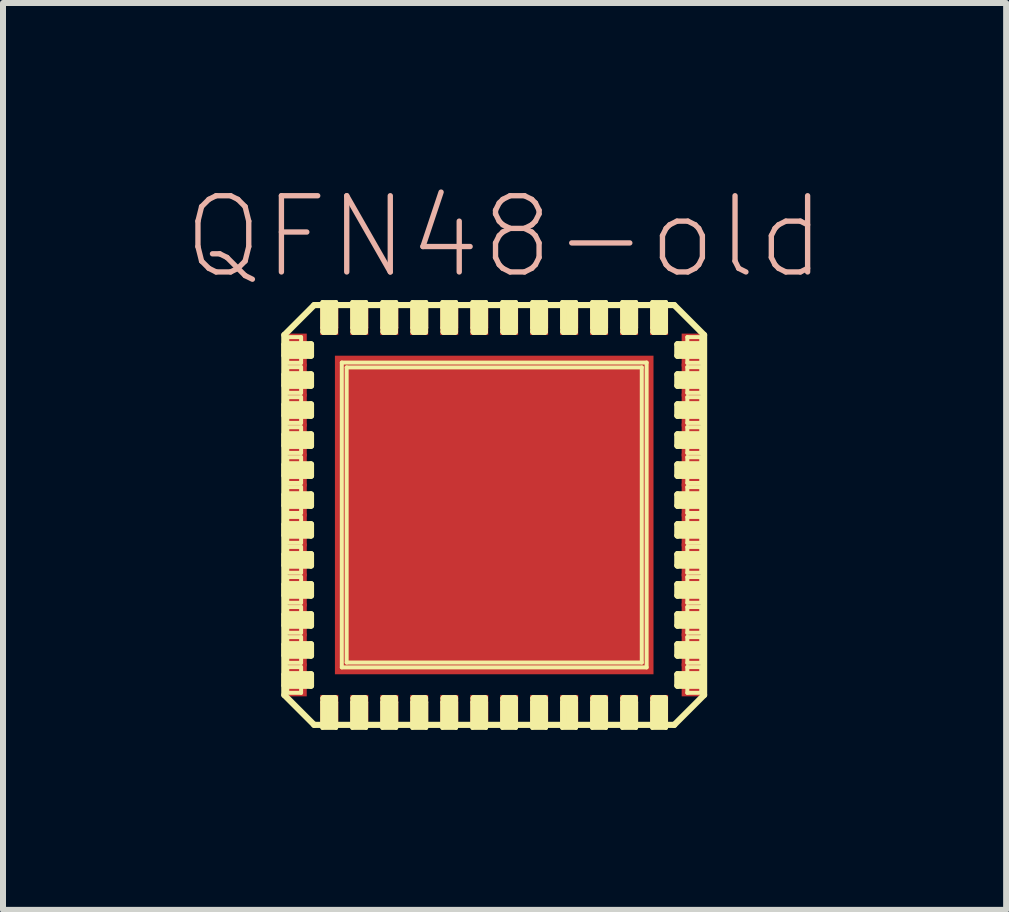
<source format=kicad_pcb>
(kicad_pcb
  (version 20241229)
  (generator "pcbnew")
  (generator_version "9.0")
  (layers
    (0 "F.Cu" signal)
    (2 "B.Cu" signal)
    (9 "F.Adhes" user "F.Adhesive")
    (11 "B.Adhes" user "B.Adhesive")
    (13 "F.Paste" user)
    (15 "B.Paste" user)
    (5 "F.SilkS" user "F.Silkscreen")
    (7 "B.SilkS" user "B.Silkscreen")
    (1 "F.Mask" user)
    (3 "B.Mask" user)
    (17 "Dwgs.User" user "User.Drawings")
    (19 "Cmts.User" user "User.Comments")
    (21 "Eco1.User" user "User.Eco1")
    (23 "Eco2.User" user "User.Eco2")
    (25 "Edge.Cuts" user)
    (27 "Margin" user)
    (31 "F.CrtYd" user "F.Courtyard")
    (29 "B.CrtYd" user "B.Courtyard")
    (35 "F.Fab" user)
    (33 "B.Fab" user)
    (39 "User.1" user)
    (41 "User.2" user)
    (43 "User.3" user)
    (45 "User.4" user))
  (footprint "QFN48-old"
    (layer "F.Cu")
    (at 5.186 5.532)
    (property "Reference" "QFN48-old" (at 0.173 -4.633 0) (layer "B.SilkS") (effects (font (size 1.27 1.27) (thickness 0.089))))
    (attr smd)
    (fp_line (start -3.498 -3) (end -3 -3.498) (stroke (width 0.102) (type solid)) (layer "F.SilkS"))
    (fp_line (start -3.498 3) (end -3.498 -3) (stroke (width 0.102) (type solid)) (layer "F.SilkS"))
    (fp_line (start -3.493 -2.845) (end -3.053 -2.845) (stroke (width 0.102) (type solid)) (layer "F.SilkS"))
    (fp_line (start -3.493 -2.654) (end -3.493 -2.845) (stroke (width 0.102) (type solid)) (layer "F.SilkS"))
    (fp_line (start -3.493 -2.344) (end -3.053 -2.344) (stroke (width 0.102) (type solid)) (layer "F.SilkS"))
    (fp_line (start -3.493 -2.154) (end -3.493 -2.344) (stroke (width 0.102) (type solid)) (layer "F.SilkS"))
    (fp_line (start -3.493 -1.844) (end -3.053 -1.844) (stroke (width 0.102) (type solid)) (layer "F.SilkS"))
    (fp_line (start -3.493 -1.654) (end -3.493 -1.844) (stroke (width 0.102) (type solid)) (layer "F.SilkS"))
    (fp_line (start -3.493 -1.344) (end -3.053 -1.344) (stroke (width 0.102) (type solid)) (layer "F.SilkS"))
    (fp_line (start -3.493 -1.153) (end -3.493 -1.344) (stroke (width 0.102) (type solid)) (layer "F.SilkS"))
    (fp_line (start -3.493 -0.843) (end -3.053 -0.843) (stroke (width 0.102) (type solid)) (layer "F.SilkS"))
    (fp_line (start -3.493 -0.653) (end -3.493 -0.843) (stroke (width 0.102) (type solid)) (layer "F.SilkS"))
    (fp_line (start -3.493 -0.343) (end -3.053 -0.343) (stroke (width 0.102) (type solid)) (layer "F.SilkS"))
    (fp_line (start -3.493 -0.155) (end -3.493 -0.343) (stroke (width 0.102) (type solid)) (layer "F.SilkS"))
    (fp_line (start -3.493 0.155) (end -3.053 0.155) (stroke (width 0.102) (type solid)) (layer "F.SilkS"))
    (fp_line (start -3.493 0.343) (end -3.493 0.155) (stroke (width 0.102) (type solid)) (layer "F.SilkS"))
    (fp_line (start -3.493 0.653) (end -3.053 0.653) (stroke (width 0.102) (type solid)) (layer "F.SilkS"))
    (fp_line (start -3.493 0.843) (end -3.493 0.653) (stroke (width 0.102) (type solid)) (layer "F.SilkS"))
    (fp_line (start -3.493 1.153) (end -3.053 1.153) (stroke (width 0.102) (type solid)) (layer "F.SilkS"))
    (fp_line (start -3.493 1.344) (end -3.493 1.153) (stroke (width 0.102) (type solid)) (layer "F.SilkS"))
    (fp_line (start -3.493 1.654) (end -3.053 1.654) (stroke (width 0.102) (type solid)) (layer "F.SilkS"))
    (fp_line (start -3.493 1.844) (end -3.493 1.654) (stroke (width 0.102) (type solid)) (layer "F.SilkS"))
    (fp_line (start -3.493 2.154) (end -3.053 2.154) (stroke (width 0.102) (type solid)) (layer "F.SilkS"))
    (fp_line (start -3.493 2.344) (end -3.493 2.154) (stroke (width 0.102) (type solid)) (layer "F.SilkS"))
    (fp_line (start -3.493 2.654) (end -3.053 2.654) (stroke (width 0.102) (type solid)) (layer "F.SilkS"))
    (fp_line (start -3.493 2.845) (end -3.493 2.654) (stroke (width 0.102) (type solid)) (layer "F.SilkS"))
    (fp_line (start -3.49 -2.84) (end -3.058 -2.84) (stroke (width 0.102) (type solid)) (layer "F.SilkS"))
    (fp_line (start -3.49 -2.659) (end -3.49 -2.84) (stroke (width 0.102) (type solid)) (layer "F.SilkS"))
    (fp_line (start -3.49 -2.339) (end -3.058 -2.339) (stroke (width 0.102) (type solid)) (layer "F.SilkS"))
    (fp_line (start -3.49 -2.159) (end -3.49 -2.339) (stroke (width 0.102) (type solid)) (layer "F.SilkS"))
    (fp_line (start -3.49 -1.839) (end -3.058 -1.839) (stroke (width 0.102) (type solid)) (layer "F.SilkS"))
    (fp_line (start -3.49 -1.659) (end -3.49 -1.839) (stroke (width 0.102) (type solid)) (layer "F.SilkS"))
    (fp_line (start -3.49 -1.339) (end -3.058 -1.339) (stroke (width 0.102) (type solid)) (layer "F.SilkS"))
    (fp_line (start -3.49 -1.158) (end -3.49 -1.339) (stroke (width 0.102) (type solid)) (layer "F.SilkS"))
    (fp_line (start -3.49 -0.838) (end -3.058 -0.838) (stroke (width 0.102) (type solid)) (layer "F.SilkS"))
    (fp_line (start -3.49 -0.658) (end -3.49 -0.838) (stroke (width 0.102) (type solid)) (layer "F.SilkS"))
    (fp_line (start -3.49 -0.338) (end -3.058 -0.338) (stroke (width 0.102) (type solid)) (layer "F.SilkS"))
    (fp_line (start -3.49 -0.157) (end -3.49 -0.338) (stroke (width 0.102) (type solid)) (layer "F.SilkS"))
    (fp_line (start -3.49 0.157) (end -3.058 0.157) (stroke (width 0.102) (type solid)) (layer "F.SilkS"))
    (fp_line (start -3.49 0.338) (end -3.49 0.157) (stroke (width 0.102) (type solid)) (layer "F.SilkS"))
    (fp_line (start -3.49 0.658) (end -3.058 0.658) (stroke (width 0.102) (type solid)) (layer "F.SilkS"))
    (fp_line (start -3.49 0.838) (end -3.49 0.658) (stroke (width 0.102) (type solid)) (layer "F.SilkS"))
    (fp_line (start -3.49 1.158) (end -3.058 1.158) (stroke (width 0.102) (type solid)) (layer "F.SilkS"))
    (fp_line (start -3.49 1.339) (end -3.49 1.158) (stroke (width 0.102) (type solid)) (layer "F.SilkS"))
    (fp_line (start -3.49 1.659) (end -3.058 1.659) (stroke (width 0.102) (type solid)) (layer "F.SilkS"))
    (fp_line (start -3.49 1.839) (end -3.49 1.659) (stroke (width 0.102) (type solid)) (layer "F.SilkS"))
    (fp_line (start -3.49 2.159) (end -3.058 2.159) (stroke (width 0.102) (type solid)) (layer "F.SilkS"))
    (fp_line (start -3.49 2.339) (end -3.49 2.159) (stroke (width 0.102) (type solid)) (layer "F.SilkS"))
    (fp_line (start -3.49 2.659) (end -3.058 2.659) (stroke (width 0.102) (type solid)) (layer "F.SilkS"))
    (fp_line (start -3.49 2.84) (end -3.49 2.659) (stroke (width 0.102) (type solid)) (layer "F.SilkS"))
    (fp_line (start -3.449 -2.964) (end -3.218 -2.964) (stroke (width 0.066) (type solid)) (layer "F.SilkS"))
    (fp_line (start -3.449 -2.535) (end -3.449 -2.964) (stroke (width 0.066) (type solid)) (layer "F.SilkS"))
    (fp_line (start -3.449 -2.535) (end -3.218 -2.535) (stroke (width 0.066) (type solid)) (layer "F.SilkS"))
    (fp_line (start -3.449 -2.464) (end -3.218 -2.464) (stroke (width 0.066) (type solid)) (layer "F.SilkS"))
    (fp_line (start -3.449 -2.035) (end -3.449 -2.464) (stroke (width 0.066) (type solid)) (layer "F.SilkS"))
    (fp_line (start -3.449 -2.035) (end -3.218 -2.035) (stroke (width 0.066) (type solid)) (layer "F.SilkS"))
    (fp_line (start -3.449 -1.963) (end -3.218 -1.963) (stroke (width 0.066) (type solid)) (layer "F.SilkS"))
    (fp_line (start -3.449 -1.534) (end -3.449 -1.963) (stroke (width 0.066) (type solid)) (layer "F.SilkS"))
    (fp_line (start -3.449 -1.534) (end -3.218 -1.534) (stroke (width 0.066) (type solid)) (layer "F.SilkS"))
    (fp_line (start -3.449 -1.463) (end -3.218 -1.463) (stroke (width 0.066) (type solid)) (layer "F.SilkS"))
    (fp_line (start -3.449 -1.034) (end -3.449 -1.463) (stroke (width 0.066) (type solid)) (layer "F.SilkS"))
    (fp_line (start -3.449 -1.034) (end -3.218 -1.034) (stroke (width 0.066) (type solid)) (layer "F.SilkS"))
    (fp_line (start -3.449 -0.963) (end -3.218 -0.963) (stroke (width 0.066) (type solid)) (layer "F.SilkS"))
    (fp_line (start -3.449 -0.533) (end -3.449 -0.963) (stroke (width 0.066) (type solid)) (layer "F.SilkS"))
    (fp_line (start -3.449 -0.533) (end -3.218 -0.533) (stroke (width 0.066) (type solid)) (layer "F.SilkS"))
    (fp_line (start -3.449 -0.465) (end -3.218 -0.465) (stroke (width 0.066) (type solid)) (layer "F.SilkS"))
    (fp_line (start -3.449 -0.033) (end -3.449 -0.465) (stroke (width 0.066) (type solid)) (layer "F.SilkS"))
    (fp_line (start -3.449 -0.033) (end -3.218 -0.033) (stroke (width 0.066) (type solid)) (layer "F.SilkS"))
    (fp_line (start -3.449 0.033) (end -3.218 0.033) (stroke (width 0.066) (type solid)) (layer "F.SilkS"))
    (fp_line (start -3.449 0.465) (end -3.449 0.033) (stroke (width 0.066) (type solid)) (layer "F.SilkS"))
    (fp_line (start -3.449 0.465) (end -3.218 0.465) (stroke (width 0.066) (type solid)) (layer "F.SilkS"))
    (fp_line (start -3.449 0.533) (end -3.218 0.533) (stroke (width 0.066) (type solid)) (layer "F.SilkS"))
    (fp_line (start -3.449 0.963) (end -3.449 0.533) (stroke (width 0.066) (type solid)) (layer "F.SilkS"))
    (fp_line (start -3.449 0.963) (end -3.218 0.963) (stroke (width 0.066) (type solid)) (layer "F.SilkS"))
    (fp_line (start -3.449 1.034) (end -3.218 1.034) (stroke (width 0.066) (type solid)) (layer "F.SilkS"))
    (fp_line (start -3.449 1.463) (end -3.449 1.034) (stroke (width 0.066) (type solid)) (layer "F.SilkS"))
    (fp_line (start -3.449 1.463) (end -3.218 1.463) (stroke (width 0.066) (type solid)) (layer "F.SilkS"))
    (fp_line (start -3.449 1.534) (end -3.218 1.534) (stroke (width 0.066) (type solid)) (layer "F.SilkS"))
    (fp_line (start -3.449 1.963) (end -3.449 1.534) (stroke (width 0.066) (type solid)) (layer "F.SilkS"))
    (fp_line (start -3.449 1.963) (end -3.218 1.963) (stroke (width 0.066) (type solid)) (layer "F.SilkS"))
    (fp_line (start -3.449 2.035) (end -3.218 2.035) (stroke (width 0.066) (type solid)) (layer "F.SilkS"))
    (fp_line (start -3.449 2.464) (end -3.449 2.035) (stroke (width 0.066) (type solid)) (layer "F.SilkS"))
    (fp_line (start -3.449 2.464) (end -3.218 2.464) (stroke (width 0.066) (type solid)) (layer "F.SilkS"))
    (fp_line (start -3.449 2.535) (end -3.218 2.535) (stroke (width 0.066) (type solid)) (layer "F.SilkS"))
    (fp_line (start -3.449 2.964) (end -3.449 2.535) (stroke (width 0.066) (type solid)) (layer "F.SilkS"))
    (fp_line (start -3.449 2.964) (end -3.218 2.964) (stroke (width 0.066) (type solid)) (layer "F.SilkS"))
    (fp_line (start -3.444 -2.748) (end -3.104 -2.748) (stroke (width 0.102) (type solid)) (layer "F.SilkS"))
    (fp_line (start -3.444 -2.248) (end -3.104 -2.248) (stroke (width 0.102) (type solid)) (layer "F.SilkS"))
    (fp_line (start -3.444 -1.748) (end -3.104 -1.748) (stroke (width 0.102) (type solid)) (layer "F.SilkS"))
    (fp_line (start -3.444 -1.25) (end -3.104 -1.25) (stroke (width 0.102) (type solid)) (layer "F.SilkS"))
    (fp_line (start -3.444 -0.749) (end -3.104 -0.749) (stroke (width 0.102) (type solid)) (layer "F.SilkS"))
    (fp_line (start -3.444 -0.249) (end -3.104 -0.249) (stroke (width 0.102) (type solid)) (layer "F.SilkS"))
    (fp_line (start -3.444 0.249) (end -3.104 0.249) (stroke (width 0.102) (type solid)) (layer "F.SilkS"))
    (fp_line (start -3.444 0.749) (end -3.104 0.749) (stroke (width 0.102) (type solid)) (layer "F.SilkS"))
    (fp_line (start -3.444 1.25) (end -3.104 1.25) (stroke (width 0.102) (type solid)) (layer "F.SilkS"))
    (fp_line (start -3.444 1.748) (end -3.104 1.748) (stroke (width 0.102) (type solid)) (layer "F.SilkS"))
    (fp_line (start -3.444 2.248) (end -3.104 2.248) (stroke (width 0.102) (type solid)) (layer "F.SilkS"))
    (fp_line (start -3.444 2.748) (end -3.104 2.748) (stroke (width 0.102) (type solid)) (layer "F.SilkS"))
    (fp_line (start -3.439 -2.748) (end -3.109 -2.748) (stroke (width 0.102) (type solid)) (layer "F.SilkS"))
    (fp_line (start -3.439 -2.248) (end -3.109 -2.248) (stroke (width 0.102) (type solid)) (layer "F.SilkS"))
    (fp_line (start -3.439 -1.748) (end -3.109 -1.748) (stroke (width 0.102) (type solid)) (layer "F.SilkS"))
    (fp_line (start -3.439 -1.25) (end -3.109 -1.25) (stroke (width 0.102) (type solid)) (layer "F.SilkS"))
    (fp_line (start -3.439 -0.749) (end -3.109 -0.749) (stroke (width 0.102) (type solid)) (layer "F.SilkS"))
    (fp_line (start -3.439 -0.249) (end -3.109 -0.249) (stroke (width 0.102) (type solid)) (layer "F.SilkS"))
    (fp_line (start -3.439 0.249) (end -3.109 0.249) (stroke (width 0.102) (type solid)) (layer "F.SilkS"))
    (fp_line (start -3.439 0.749) (end -3.109 0.749) (stroke (width 0.102) (type solid)) (layer "F.SilkS"))
    (fp_line (start -3.439 1.25) (end -3.109 1.25) (stroke (width 0.102) (type solid)) (layer "F.SilkS"))
    (fp_line (start -3.439 1.748) (end -3.109 1.748) (stroke (width 0.102) (type solid)) (layer "F.SilkS"))
    (fp_line (start -3.439 2.248) (end -3.109 2.248) (stroke (width 0.102) (type solid)) (layer "F.SilkS"))
    (fp_line (start -3.439 2.748) (end -3.109 2.748) (stroke (width 0.102) (type solid)) (layer "F.SilkS"))
    (fp_line (start -3.218 -2.535) (end -3.218 -2.964) (stroke (width 0.066) (type solid)) (layer "F.SilkS"))
    (fp_line (start -3.218 -2.035) (end -3.218 -2.464) (stroke (width 0.066) (type solid)) (layer "F.SilkS"))
    (fp_line (start -3.218 -1.534) (end -3.218 -1.963) (stroke (width 0.066) (type solid)) (layer "F.SilkS"))
    (fp_line (start -3.218 -1.034) (end -3.218 -1.463) (stroke (width 0.066) (type solid)) (layer "F.SilkS"))
    (fp_line (start -3.218 -0.533) (end -3.218 -0.963) (stroke (width 0.066) (type solid)) (layer "F.SilkS"))
    (fp_line (start -3.218 -0.033) (end -3.218 -0.465) (stroke (width 0.066) (type solid)) (layer "F.SilkS"))
    (fp_line (start -3.218 0.465) (end -3.218 0.033) (stroke (width 0.066) (type solid)) (layer "F.SilkS"))
    (fp_line (start -3.218 0.963) (end -3.218 0.533) (stroke (width 0.066) (type solid)) (layer "F.SilkS"))
    (fp_line (start -3.218 1.463) (end -3.218 1.034) (stroke (width 0.066) (type solid)) (layer "F.SilkS"))
    (fp_line (start -3.218 1.963) (end -3.218 1.534) (stroke (width 0.066) (type solid)) (layer "F.SilkS"))
    (fp_line (start -3.218 2.464) (end -3.218 2.035) (stroke (width 0.066) (type solid)) (layer "F.SilkS"))
    (fp_line (start -3.218 2.964) (end -3.218 2.535) (stroke (width 0.066) (type solid)) (layer "F.SilkS"))
    (fp_line (start -3.058 -2.84) (end -3.058 -2.659) (stroke (width 0.102) (type solid)) (layer "F.SilkS"))
    (fp_line (start -3.058 -2.659) (end -3.49 -2.659) (stroke (width 0.102) (type solid)) (layer "F.SilkS"))
    (fp_line (start -3.058 -2.339) (end -3.058 -2.159) (stroke (width 0.102) (type solid)) (layer "F.SilkS"))
    (fp_line (start -3.058 -2.159) (end -3.49 -2.159) (stroke (width 0.102) (type solid)) (layer "F.SilkS"))
    (fp_line (start -3.058 -1.839) (end -3.058 -1.659) (stroke (width 0.102) (type solid)) (layer "F.SilkS"))
    (fp_line (start -3.058 -1.659) (end -3.49 -1.659) (stroke (width 0.102) (type solid)) (layer "F.SilkS"))
    (fp_line (start -3.058 -1.339) (end -3.058 -1.158) (stroke (width 0.102) (type solid)) (layer "F.SilkS"))
    (fp_line (start -3.058 -1.158) (end -3.49 -1.158) (stroke (width 0.102) (type solid)) (layer "F.SilkS"))
    (fp_line (start -3.058 -0.838) (end -3.058 -0.658) (stroke (width 0.102) (type solid)) (layer "F.SilkS"))
    (fp_line (start -3.058 -0.658) (end -3.49 -0.658) (stroke (width 0.102) (type solid)) (layer "F.SilkS"))
    (fp_line (start -3.058 -0.338) (end -3.058 -0.157) (stroke (width 0.102) (type solid)) (layer "F.SilkS"))
    (fp_line (start -3.058 -0.157) (end -3.49 -0.157) (stroke (width 0.102) (type solid)) (layer "F.SilkS"))
    (fp_line (start -3.058 0.157) (end -3.058 0.338) (stroke (width 0.102) (type solid)) (layer "F.SilkS"))
    (fp_line (start -3.058 0.338) (end -3.49 0.338) (stroke (width 0.102) (type solid)) (layer "F.SilkS"))
    (fp_line (start -3.058 0.658) (end -3.058 0.838) (stroke (width 0.102) (type solid)) (layer "F.SilkS"))
    (fp_line (start -3.058 0.838) (end -3.49 0.838) (stroke (width 0.102) (type solid)) (layer "F.SilkS"))
    (fp_line (start -3.058 1.158) (end -3.058 1.339) (stroke (width 0.102) (type solid)) (layer "F.SilkS"))
    (fp_line (start -3.058 1.339) (end -3.49 1.339) (stroke (width 0.102) (type solid)) (layer "F.SilkS"))
    (fp_line (start -3.058 1.659) (end -3.058 1.839) (stroke (width 0.102) (type solid)) (layer "F.SilkS"))
    (fp_line (start -3.058 1.839) (end -3.49 1.839) (stroke (width 0.102) (type solid)) (layer "F.SilkS"))
    (fp_line (start -3.058 2.159) (end -3.058 2.339) (stroke (width 0.102) (type solid)) (layer "F.SilkS"))
    (fp_line (start -3.058 2.339) (end -3.49 2.339) (stroke (width 0.102) (type solid)) (layer "F.SilkS"))
    (fp_line (start -3.058 2.659) (end -3.058 2.84) (stroke (width 0.102) (type solid)) (layer "F.SilkS"))
    (fp_line (start -3.058 2.84) (end -3.49 2.84) (stroke (width 0.102) (type solid)) (layer "F.SilkS"))
    (fp_line (start -3.053 -2.845) (end -3.053 -2.654) (stroke (width 0.102) (type solid)) (layer "F.SilkS"))
    (fp_line (start -3.053 -2.654) (end -3.493 -2.654) (stroke (width 0.102) (type solid)) (layer "F.SilkS"))
    (fp_line (start -3.053 -2.344) (end -3.053 -2.154) (stroke (width 0.102) (type solid)) (layer "F.SilkS"))
    (fp_line (start -3.053 -2.154) (end -3.493 -2.154) (stroke (width 0.102) (type solid)) (layer "F.SilkS"))
    (fp_line (start -3.053 -1.844) (end -3.053 -1.654) (stroke (width 0.102) (type solid)) (layer "F.SilkS"))
    (fp_line (start -3.053 -1.654) (end -3.493 -1.654) (stroke (width 0.102) (type solid)) (layer "F.SilkS"))
    (fp_line (start -3.053 -1.344) (end -3.053 -1.153) (stroke (width 0.102) (type solid)) (layer "F.SilkS"))
    (fp_line (start -3.053 -1.153) (end -3.493 -1.153) (stroke (width 0.102) (type solid)) (layer "F.SilkS"))
    (fp_line (start -3.053 -0.843) (end -3.053 -0.653) (stroke (width 0.102) (type solid)) (layer "F.SilkS"))
    (fp_line (start -3.053 -0.653) (end -3.493 -0.653) (stroke (width 0.102) (type solid)) (layer "F.SilkS"))
    (fp_line (start -3.053 -0.343) (end -3.053 -0.155) (stroke (width 0.102) (type solid)) (layer "F.SilkS"))
    (fp_line (start -3.053 -0.155) (end -3.493 -0.155) (stroke (width 0.102) (type solid)) (layer "F.SilkS"))
    (fp_line (start -3.053 0.155) (end -3.053 0.343) (stroke (width 0.102) (type solid)) (layer "F.SilkS"))
    (fp_line (start -3.053 0.343) (end -3.493 0.343) (stroke (width 0.102) (type solid)) (layer "F.SilkS"))
    (fp_line (start -3.053 0.653) (end -3.053 0.843) (stroke (width 0.102) (type solid)) (layer "F.SilkS"))
    (fp_line (start -3.053 0.843) (end -3.493 0.843) (stroke (width 0.102) (type solid)) (layer "F.SilkS"))
    (fp_line (start -3.053 1.153) (end -3.053 1.344) (stroke (width 0.102) (type solid)) (layer "F.SilkS"))
    (fp_line (start -3.053 1.344) (end -3.493 1.344) (stroke (width 0.102) (type solid)) (layer "F.SilkS"))
    (fp_line (start -3.053 1.654) (end -3.053 1.844) (stroke (width 0.102) (type solid)) (layer "F.SilkS"))
    (fp_line (start -3.053 1.844) (end -3.493 1.844) (stroke (width 0.102) (type solid)) (layer "F.SilkS"))
    (fp_line (start -3.053 2.154) (end -3.053 2.344) (stroke (width 0.102) (type solid)) (layer "F.SilkS"))
    (fp_line (start -3.053 2.344) (end -3.493 2.344) (stroke (width 0.102) (type solid)) (layer "F.SilkS"))
    (fp_line (start -3.053 2.654) (end -3.053 2.845) (stroke (width 0.102) (type solid)) (layer "F.SilkS"))
    (fp_line (start -3.053 2.845) (end -3.493 2.845) (stroke (width 0.102) (type solid)) (layer "F.SilkS"))
    (fp_line (start -3 -3.498) (end 3 -3.498) (stroke (width 0.102) (type solid)) (layer "F.SilkS"))
    (fp_line (start -3 3.498) (end -3.498 3) (stroke (width 0.102) (type solid)) (layer "F.SilkS"))
    (fp_line (start -2.863 -3.548) (end -2.634 -3.548) (stroke (width 0.066) (type solid)) (layer "F.SilkS"))
    (fp_line (start -2.863 -3.119) (end -2.863 -3.548) (stroke (width 0.066) (type solid)) (layer "F.SilkS"))
    (fp_line (start -2.863 -3.119) (end -2.634 -3.119) (stroke (width 0.066) (type solid)) (layer "F.SilkS"))
    (fp_line (start -2.863 3.119) (end -2.634 3.119) (stroke (width 0.066) (type solid)) (layer "F.SilkS"))
    (fp_line (start -2.863 3.548) (end -2.863 3.119) (stroke (width 0.066) (type solid)) (layer "F.SilkS"))
    (fp_line (start -2.863 3.548) (end -2.634 3.548) (stroke (width 0.066) (type solid)) (layer "F.SilkS"))
    (fp_line (start -2.845 -3.493) (end -2.654 -3.493) (stroke (width 0.102) (type solid)) (layer "F.SilkS"))
    (fp_line (start -2.845 -3.053) (end -2.845 -3.493) (stroke (width 0.102) (type solid)) (layer "F.SilkS"))
    (fp_line (start -2.845 3.053) (end -2.654 3.053) (stroke (width 0.102) (type solid)) (layer "F.SilkS"))
    (fp_line (start -2.845 3.493) (end -2.845 3.053) (stroke (width 0.102) (type solid)) (layer "F.SilkS"))
    (fp_line (start -2.84 -3.49) (end -2.659 -3.49) (stroke (width 0.102) (type solid)) (layer "F.SilkS"))
    (fp_line (start -2.84 -3.058) (end -2.84 -3.49) (stroke (width 0.102) (type solid)) (layer "F.SilkS"))
    (fp_line (start -2.84 3.058) (end -2.659 3.058) (stroke (width 0.102) (type solid)) (layer "F.SilkS"))
    (fp_line (start -2.84 3.49) (end -2.84 3.058) (stroke (width 0.102) (type solid)) (layer "F.SilkS"))
    (fp_line (start -2.748 -3.444) (end -2.748 -3.104) (stroke (width 0.102) (type solid)) (layer "F.SilkS"))
    (fp_line (start -2.748 -3.439) (end -2.748 -3.109) (stroke (width 0.102) (type solid)) (layer "F.SilkS"))
    (fp_line (start -2.748 3.439) (end -2.748 3.109) (stroke (width 0.102) (type solid)) (layer "F.SilkS"))
    (fp_line (start -2.748 3.444) (end -2.748 3.104) (stroke (width 0.102) (type solid)) (layer "F.SilkS"))
    (fp_line (start -2.659 -3.49) (end -2.659 -3.058) (stroke (width 0.102) (type solid)) (layer "F.SilkS"))
    (fp_line (start -2.659 -3.058) (end -2.84 -3.058) (stroke (width 0.102) (type solid)) (layer "F.SilkS"))
    (fp_line (start -2.659 3.058) (end -2.659 3.49) (stroke (width 0.102) (type solid)) (layer "F.SilkS"))
    (fp_line (start -2.659 3.49) (end -2.84 3.49) (stroke (width 0.102) (type solid)) (layer "F.SilkS"))
    (fp_line (start -2.654 -3.493) (end -2.654 -3.053) (stroke (width 0.102) (type solid)) (layer "F.SilkS"))
    (fp_line (start -2.654 -3.053) (end -2.845 -3.053) (stroke (width 0.102) (type solid)) (layer "F.SilkS"))
    (fp_line (start -2.654 3.053) (end -2.654 3.493) (stroke (width 0.102) (type solid)) (layer "F.SilkS"))
    (fp_line (start -2.654 3.493) (end -2.845 3.493) (stroke (width 0.102) (type solid)) (layer "F.SilkS"))
    (fp_line (start -2.634 -3.119) (end -2.634 -3.548) (stroke (width 0.066) (type solid)) (layer "F.SilkS"))
    (fp_line (start -2.634 3.548) (end -2.634 3.119) (stroke (width 0.066) (type solid)) (layer "F.SilkS"))
    (fp_line (start -2.54 -2.54) (end 2.54 -2.54) (stroke (width 0.066) (type solid)) (layer "F.SilkS"))
    (fp_line (start -2.54 2.54) (end -2.54 -2.54) (stroke (width 0.066) (type solid)) (layer "F.SilkS"))
    (fp_line (start -2.54 2.54) (end 2.54 2.54) (stroke (width 0.066) (type solid)) (layer "F.SilkS"))
    (fp_line (start -2.459 -2.459) (end 2.459 -2.459) (stroke (width 0.066) (type solid)) (layer "F.SilkS"))
    (fp_line (start -2.459 2.459) (end -2.459 -2.459) (stroke (width 0.066) (type solid)) (layer "F.SilkS"))
    (fp_line (start -2.459 2.459) (end 2.459 2.459) (stroke (width 0.066) (type solid)) (layer "F.SilkS"))
    (fp_line (start -2.365 -3.548) (end -2.134 -3.548) (stroke (width 0.066) (type solid)) (layer "F.SilkS"))
    (fp_line (start -2.365 -3.119) (end -2.365 -3.548) (stroke (width 0.066) (type solid)) (layer "F.SilkS"))
    (fp_line (start -2.365 -3.119) (end -2.134 -3.119) (stroke (width 0.066) (type solid)) (layer "F.SilkS"))
    (fp_line (start -2.365 3.119) (end -2.134 3.119) (stroke (width 0.066) (type solid)) (layer "F.SilkS"))
    (fp_line (start -2.365 3.548) (end -2.365 3.119) (stroke (width 0.066) (type solid)) (layer "F.SilkS"))
    (fp_line (start -2.365 3.548) (end -2.134 3.548) (stroke (width 0.066) (type solid)) (layer "F.SilkS"))
    (fp_line (start -2.344 -3.493) (end -2.154 -3.493) (stroke (width 0.102) (type solid)) (layer "F.SilkS"))
    (fp_line (start -2.344 -3.053) (end -2.344 -3.493) (stroke (width 0.102) (type solid)) (layer "F.SilkS"))
    (fp_line (start -2.344 3.053) (end -2.154 3.053) (stroke (width 0.102) (type solid)) (layer "F.SilkS"))
    (fp_line (start -2.344 3.493) (end -2.344 3.053) (stroke (width 0.102) (type solid)) (layer "F.SilkS"))
    (fp_line (start -2.339 -3.49) (end -2.159 -3.49) (stroke (width 0.102) (type solid)) (layer "F.SilkS"))
    (fp_line (start -2.339 -3.058) (end -2.339 -3.49) (stroke (width 0.102) (type solid)) (layer "F.SilkS"))
    (fp_line (start -2.339 3.058) (end -2.159 3.058) (stroke (width 0.102) (type solid)) (layer "F.SilkS"))
    (fp_line (start -2.339 3.49) (end -2.339 3.058) (stroke (width 0.102) (type solid)) (layer "F.SilkS"))
    (fp_line (start -2.248 -3.444) (end -2.248 -3.104) (stroke (width 0.102) (type solid)) (layer "F.SilkS"))
    (fp_line (start -2.248 -3.439) (end -2.248 -3.109) (stroke (width 0.102) (type solid)) (layer "F.SilkS"))
    (fp_line (start -2.248 3.439) (end -2.248 3.109) (stroke (width 0.102) (type solid)) (layer "F.SilkS"))
    (fp_line (start -2.248 3.444) (end -2.248 3.104) (stroke (width 0.102) (type solid)) (layer "F.SilkS"))
    (fp_line (start -2.159 -3.49) (end -2.159 -3.058) (stroke (width 0.102) (type solid)) (layer "F.SilkS"))
    (fp_line (start -2.159 -3.058) (end -2.339 -3.058) (stroke (width 0.102) (type solid)) (layer "F.SilkS"))
    (fp_line (start -2.159 3.058) (end -2.159 3.49) (stroke (width 0.102) (type solid)) (layer "F.SilkS"))
    (fp_line (start -2.159 3.49) (end -2.339 3.49) (stroke (width 0.102) (type solid)) (layer "F.SilkS"))
    (fp_line (start -2.154 -3.493) (end -2.154 -3.053) (stroke (width 0.102) (type solid)) (layer "F.SilkS"))
    (fp_line (start -2.154 -3.053) (end -2.344 -3.053) (stroke (width 0.102) (type solid)) (layer "F.SilkS"))
    (fp_line (start -2.154 3.053) (end -2.154 3.493) (stroke (width 0.102) (type solid)) (layer "F.SilkS"))
    (fp_line (start -2.154 3.493) (end -2.344 3.493) (stroke (width 0.102) (type solid)) (layer "F.SilkS"))
    (fp_line (start -2.134 -3.119) (end -2.134 -3.548) (stroke (width 0.066) (type solid)) (layer "F.SilkS"))
    (fp_line (start -2.134 3.548) (end -2.134 3.119) (stroke (width 0.066) (type solid)) (layer "F.SilkS"))
    (fp_line (start -1.864 -3.548) (end -1.633 -3.548) (stroke (width 0.066) (type solid)) (layer "F.SilkS"))
    (fp_line (start -1.864 -3.119) (end -1.864 -3.548) (stroke (width 0.066) (type solid)) (layer "F.SilkS"))
    (fp_line (start -1.864 -3.119) (end -1.633 -3.119) (stroke (width 0.066) (type solid)) (layer "F.SilkS"))
    (fp_line (start -1.864 3.119) (end -1.633 3.119) (stroke (width 0.066) (type solid)) (layer "F.SilkS"))
    (fp_line (start -1.864 3.548) (end -1.864 3.119) (stroke (width 0.066) (type solid)) (layer "F.SilkS"))
    (fp_line (start -1.864 3.548) (end -1.633 3.548) (stroke (width 0.066) (type solid)) (layer "F.SilkS"))
    (fp_line (start -1.844 -3.493) (end -1.654 -3.493) (stroke (width 0.102) (type solid)) (layer "F.SilkS"))
    (fp_line (start -1.844 -3.053) (end -1.844 -3.493) (stroke (width 0.102) (type solid)) (layer "F.SilkS"))
    (fp_line (start -1.844 3.053) (end -1.654 3.053) (stroke (width 0.102) (type solid)) (layer "F.SilkS"))
    (fp_line (start -1.844 3.493) (end -1.844 3.053) (stroke (width 0.102) (type solid)) (layer "F.SilkS"))
    (fp_line (start -1.839 -3.49) (end -1.659 -3.49) (stroke (width 0.102) (type solid)) (layer "F.SilkS"))
    (fp_line (start -1.839 -3.058) (end -1.839 -3.49) (stroke (width 0.102) (type solid)) (layer "F.SilkS"))
    (fp_line (start -1.839 3.058) (end -1.659 3.058) (stroke (width 0.102) (type solid)) (layer "F.SilkS"))
    (fp_line (start -1.839 3.49) (end -1.839 3.058) (stroke (width 0.102) (type solid)) (layer "F.SilkS"))
    (fp_line (start -1.748 -3.444) (end -1.748 -3.104) (stroke (width 0.102) (type solid)) (layer "F.SilkS"))
    (fp_line (start -1.748 -3.439) (end -1.748 -3.109) (stroke (width 0.102) (type solid)) (layer "F.SilkS"))
    (fp_line (start -1.748 3.439) (end -1.748 3.109) (stroke (width 0.102) (type solid)) (layer "F.SilkS"))
    (fp_line (start -1.748 3.444) (end -1.748 3.104) (stroke (width 0.102) (type solid)) (layer "F.SilkS"))
    (fp_line (start -1.659 -3.49) (end -1.659 -3.058) (stroke (width 0.102) (type solid)) (layer "F.SilkS"))
    (fp_line (start -1.659 -3.058) (end -1.839 -3.058) (stroke (width 0.102) (type solid)) (layer "F.SilkS"))
    (fp_line (start -1.659 3.058) (end -1.659 3.49) (stroke (width 0.102) (type solid)) (layer "F.SilkS"))
    (fp_line (start -1.659 3.49) (end -1.839 3.49) (stroke (width 0.102) (type solid)) (layer "F.SilkS"))
    (fp_line (start -1.654 -3.493) (end -1.654 -3.053) (stroke (width 0.102) (type solid)) (layer "F.SilkS"))
    (fp_line (start -1.654 -3.053) (end -1.844 -3.053) (stroke (width 0.102) (type solid)) (layer "F.SilkS"))
    (fp_line (start -1.654 3.053) (end -1.654 3.493) (stroke (width 0.102) (type solid)) (layer "F.SilkS"))
    (fp_line (start -1.654 3.493) (end -1.844 3.493) (stroke (width 0.102) (type solid)) (layer "F.SilkS"))
    (fp_line (start -1.633 -3.119) (end -1.633 -3.548) (stroke (width 0.066) (type solid)) (layer "F.SilkS"))
    (fp_line (start -1.633 3.548) (end -1.633 3.119) (stroke (width 0.066) (type solid)) (layer "F.SilkS"))
    (fp_line (start -1.364 -3.548) (end -1.133 -3.548) (stroke (width 0.066) (type solid)) (layer "F.SilkS"))
    (fp_line (start -1.364 -3.119) (end -1.364 -3.548) (stroke (width 0.066) (type solid)) (layer "F.SilkS"))
    (fp_line (start -1.364 -3.119) (end -1.133 -3.119) (stroke (width 0.066) (type solid)) (layer "F.SilkS"))
    (fp_line (start -1.364 3.119) (end -1.133 3.119) (stroke (width 0.066) (type solid)) (layer "F.SilkS"))
    (fp_line (start -1.364 3.548) (end -1.364 3.119) (stroke (width 0.066) (type solid)) (layer "F.SilkS"))
    (fp_line (start -1.364 3.548) (end -1.133 3.548) (stroke (width 0.066) (type solid)) (layer "F.SilkS"))
    (fp_line (start -1.344 -3.493) (end -1.153 -3.493) (stroke (width 0.102) (type solid)) (layer "F.SilkS"))
    (fp_line (start -1.344 -3.053) (end -1.344 -3.493) (stroke (width 0.102) (type solid)) (layer "F.SilkS"))
    (fp_line (start -1.344 3.053) (end -1.153 3.053) (stroke (width 0.102) (type solid)) (layer "F.SilkS"))
    (fp_line (start -1.344 3.493) (end -1.344 3.053) (stroke (width 0.102) (type solid)) (layer "F.SilkS"))
    (fp_line (start -1.339 -3.49) (end -1.158 -3.49) (stroke (width 0.102) (type solid)) (layer "F.SilkS"))
    (fp_line (start -1.339 -3.058) (end -1.339 -3.49) (stroke (width 0.102) (type solid)) (layer "F.SilkS"))
    (fp_line (start -1.339 3.058) (end -1.158 3.058) (stroke (width 0.102) (type solid)) (layer "F.SilkS"))
    (fp_line (start -1.339 3.49) (end -1.339 3.058) (stroke (width 0.102) (type solid)) (layer "F.SilkS"))
    (fp_line (start -1.25 -3.444) (end -1.25 -3.104) (stroke (width 0.102) (type solid)) (layer "F.SilkS"))
    (fp_line (start -1.25 -3.439) (end -1.25 -3.109) (stroke (width 0.102) (type solid)) (layer "F.SilkS"))
    (fp_line (start -1.25 3.439) (end -1.25 3.109) (stroke (width 0.102) (type solid)) (layer "F.SilkS"))
    (fp_line (start -1.25 3.444) (end -1.25 3.104) (stroke (width 0.102) (type solid)) (layer "F.SilkS"))
    (fp_line (start -1.158 -3.49) (end -1.158 -3.058) (stroke (width 0.102) (type solid)) (layer "F.SilkS"))
    (fp_line (start -1.158 -3.058) (end -1.339 -3.058) (stroke (width 0.102) (type solid)) (layer "F.SilkS"))
    (fp_line (start -1.158 3.058) (end -1.158 3.49) (stroke (width 0.102) (type solid)) (layer "F.SilkS"))
    (fp_line (start -1.158 3.49) (end -1.339 3.49) (stroke (width 0.102) (type solid)) (layer "F.SilkS"))
    (fp_line (start -1.153 -3.493) (end -1.153 -3.053) (stroke (width 0.102) (type solid)) (layer "F.SilkS"))
    (fp_line (start -1.153 -3.053) (end -1.344 -3.053) (stroke (width 0.102) (type solid)) (layer "F.SilkS"))
    (fp_line (start -1.153 3.053) (end -1.153 3.493) (stroke (width 0.102) (type solid)) (layer "F.SilkS"))
    (fp_line (start -1.153 3.493) (end -1.344 3.493) (stroke (width 0.102) (type solid)) (layer "F.SilkS"))
    (fp_line (start -1.133 -3.119) (end -1.133 -3.548) (stroke (width 0.066) (type solid)) (layer "F.SilkS"))
    (fp_line (start -1.133 3.548) (end -1.133 3.119) (stroke (width 0.066) (type solid)) (layer "F.SilkS"))
    (fp_line (start -0.864 -3.548) (end -0.635 -3.548) (stroke (width 0.066) (type solid)) (layer "F.SilkS"))
    (fp_line (start -0.864 -3.119) (end -0.864 -3.548) (stroke (width 0.066) (type solid)) (layer "F.SilkS"))
    (fp_line (start -0.864 -3.119) (end -0.635 -3.119) (stroke (width 0.066) (type solid)) (layer "F.SilkS"))
    (fp_line (start -0.864 3.119) (end -0.635 3.119) (stroke (width 0.066) (type solid)) (layer "F.SilkS"))
    (fp_line (start -0.864 3.548) (end -0.864 3.119) (stroke (width 0.066) (type solid)) (layer "F.SilkS"))
    (fp_line (start -0.864 3.548) (end -0.635 3.548) (stroke (width 0.066) (type solid)) (layer "F.SilkS"))
    (fp_line (start -0.843 -3.493) (end -0.653 -3.493) (stroke (width 0.102) (type solid)) (layer "F.SilkS"))
    (fp_line (start -0.843 -3.053) (end -0.843 -3.493) (stroke (width 0.102) (type solid)) (layer "F.SilkS"))
    (fp_line (start -0.843 3.053) (end -0.653 3.053) (stroke (width 0.102) (type solid)) (layer "F.SilkS"))
    (fp_line (start -0.843 3.493) (end -0.843 3.053) (stroke (width 0.102) (type solid)) (layer "F.SilkS"))
    (fp_line (start -0.838 -3.49) (end -0.658 -3.49) (stroke (width 0.102) (type solid)) (layer "F.SilkS"))
    (fp_line (start -0.838 -3.058) (end -0.838 -3.49) (stroke (width 0.102) (type solid)) (layer "F.SilkS"))
    (fp_line (start -0.838 3.058) (end -0.658 3.058) (stroke (width 0.102) (type solid)) (layer "F.SilkS"))
    (fp_line (start -0.838 3.49) (end -0.838 3.058) (stroke (width 0.102) (type solid)) (layer "F.SilkS"))
    (fp_line (start -0.749 -3.444) (end -0.749 -3.104) (stroke (width 0.102) (type solid)) (layer "F.SilkS"))
    (fp_line (start -0.749 -3.439) (end -0.749 -3.109) (stroke (width 0.102) (type solid)) (layer "F.SilkS"))
    (fp_line (start -0.749 3.439) (end -0.749 3.109) (stroke (width 0.102) (type solid)) (layer "F.SilkS"))
    (fp_line (start -0.749 3.444) (end -0.749 3.104) (stroke (width 0.102) (type solid)) (layer "F.SilkS"))
    (fp_line (start -0.658 -3.49) (end -0.658 -3.058) (stroke (width 0.102) (type solid)) (layer "F.SilkS"))
    (fp_line (start -0.658 -3.058) (end -0.838 -3.058) (stroke (width 0.102) (type solid)) (layer "F.SilkS"))
    (fp_line (start -0.658 3.058) (end -0.658 3.49) (stroke (width 0.102) (type solid)) (layer "F.SilkS"))
    (fp_line (start -0.658 3.49) (end -0.838 3.49) (stroke (width 0.102) (type solid)) (layer "F.SilkS"))
    (fp_line (start -0.653 -3.493) (end -0.653 -3.053) (stroke (width 0.102) (type solid)) (layer "F.SilkS"))
    (fp_line (start -0.653 -3.053) (end -0.843 -3.053) (stroke (width 0.102) (type solid)) (layer "F.SilkS"))
    (fp_line (start -0.653 3.053) (end -0.653 3.493) (stroke (width 0.102) (type solid)) (layer "F.SilkS"))
    (fp_line (start -0.653 3.493) (end -0.843 3.493) (stroke (width 0.102) (type solid)) (layer "F.SilkS"))
    (fp_line (start -0.635 -3.119) (end -0.635 -3.548) (stroke (width 0.066) (type solid)) (layer "F.SilkS"))
    (fp_line (start -0.635 3.548) (end -0.635 3.119) (stroke (width 0.066) (type solid)) (layer "F.SilkS"))
    (fp_line (start -0.363 -3.548) (end -0.135 -3.548) (stroke (width 0.066) (type solid)) (layer "F.SilkS"))
    (fp_line (start -0.363 -3.119) (end -0.363 -3.548) (stroke (width 0.066) (type solid)) (layer "F.SilkS"))
    (fp_line (start -0.363 -3.119) (end -0.135 -3.119) (stroke (width 0.066) (type solid)) (layer "F.SilkS"))
    (fp_line (start -0.363 3.119) (end -0.135 3.119) (stroke (width 0.066) (type solid)) (layer "F.SilkS"))
    (fp_line (start -0.363 3.548) (end -0.363 3.119) (stroke (width 0.066) (type solid)) (layer "F.SilkS"))
    (fp_line (start -0.363 3.548) (end -0.135 3.548) (stroke (width 0.066) (type solid)) (layer "F.SilkS"))
    (fp_line (start -0.343 -3.493) (end -0.155 -3.493) (stroke (width 0.102) (type solid)) (layer "F.SilkS"))
    (fp_line (start -0.343 -3.053) (end -0.343 -3.493) (stroke (width 0.102) (type solid)) (layer "F.SilkS"))
    (fp_line (start -0.343 3.053) (end -0.155 3.053) (stroke (width 0.102) (type solid)) (layer "F.SilkS"))
    (fp_line (start -0.343 3.493) (end -0.343 3.053) (stroke (width 0.102) (type solid)) (layer "F.SilkS"))
    (fp_line (start -0.338 -3.49) (end -0.157 -3.49) (stroke (width 0.102) (type solid)) (layer "F.SilkS"))
    (fp_line (start -0.338 -3.058) (end -0.338 -3.49) (stroke (width 0.102) (type solid)) (layer "F.SilkS"))
    (fp_line (start -0.338 3.058) (end -0.157 3.058) (stroke (width 0.102) (type solid)) (layer "F.SilkS"))
    (fp_line (start -0.338 3.49) (end -0.338 3.058) (stroke (width 0.102) (type solid)) (layer "F.SilkS"))
    (fp_line (start -0.249 -3.444) (end -0.249 -3.104) (stroke (width 0.102) (type solid)) (layer "F.SilkS"))
    (fp_line (start -0.249 -3.439) (end -0.249 -3.109) (stroke (width 0.102) (type solid)) (layer "F.SilkS"))
    (fp_line (start -0.249 3.439) (end -0.249 3.109) (stroke (width 0.102) (type solid)) (layer "F.SilkS"))
    (fp_line (start -0.249 3.444) (end -0.249 3.104) (stroke (width 0.102) (type solid)) (layer "F.SilkS"))
    (fp_line (start -0.157 -3.49) (end -0.157 -3.058) (stroke (width 0.102) (type solid)) (layer "F.SilkS"))
    (fp_line (start -0.157 -3.058) (end -0.338 -3.058) (stroke (width 0.102) (type solid)) (layer "F.SilkS"))
    (fp_line (start -0.157 3.058) (end -0.157 3.49) (stroke (width 0.102) (type solid)) (layer "F.SilkS"))
    (fp_line (start -0.157 3.49) (end -0.338 3.49) (stroke (width 0.102) (type solid)) (layer "F.SilkS"))
    (fp_line (start -0.155 -3.493) (end -0.155 -3.053) (stroke (width 0.102) (type solid)) (layer "F.SilkS"))
    (fp_line (start -0.155 -3.053) (end -0.343 -3.053) (stroke (width 0.102) (type solid)) (layer "F.SilkS"))
    (fp_line (start -0.155 3.053) (end -0.155 3.493) (stroke (width 0.102) (type solid)) (layer "F.SilkS"))
    (fp_line (start -0.155 3.493) (end -0.343 3.493) (stroke (width 0.102) (type solid)) (layer "F.SilkS"))
    (fp_line (start -0.135 -3.119) (end -0.135 -3.548) (stroke (width 0.066) (type solid)) (layer "F.SilkS"))
    (fp_line (start -0.135 3.548) (end -0.135 3.119) (stroke (width 0.066) (type solid)) (layer "F.SilkS"))
    (fp_line (start 0.135 -3.548) (end 0.363 -3.548) (stroke (width 0.066) (type solid)) (layer "F.SilkS"))
    (fp_line (start 0.135 -3.119) (end 0.135 -3.548) (stroke (width 0.066) (type solid)) (layer "F.SilkS"))
    (fp_line (start 0.135 -3.119) (end 0.363 -3.119) (stroke (width 0.066) (type solid)) (layer "F.SilkS"))
    (fp_line (start 0.135 3.119) (end 0.363 3.119) (stroke (width 0.066) (type solid)) (layer "F.SilkS"))
    (fp_line (start 0.135 3.548) (end 0.135 3.119) (stroke (width 0.066) (type solid)) (layer "F.SilkS"))
    (fp_line (start 0.135 3.548) (end 0.363 3.548) (stroke (width 0.066) (type solid)) (layer "F.SilkS"))
    (fp_line (start 0.155 -3.493) (end 0.343 -3.493) (stroke (width 0.102) (type solid)) (layer "F.SilkS"))
    (fp_line (start 0.155 -3.053) (end 0.155 -3.493) (stroke (width 0.102) (type solid)) (layer "F.SilkS"))
    (fp_line (start 0.155 3.053) (end 0.343 3.053) (stroke (width 0.102) (type solid)) (layer "F.SilkS"))
    (fp_line (start 0.155 3.493) (end 0.155 3.053) (stroke (width 0.102) (type solid)) (layer "F.SilkS"))
    (fp_line (start 0.157 -3.49) (end 0.338 -3.49) (stroke (width 0.102) (type solid)) (layer "F.SilkS"))
    (fp_line (start 0.157 -3.058) (end 0.157 -3.49) (stroke (width 0.102) (type solid)) (layer "F.SilkS"))
    (fp_line (start 0.157 3.058) (end 0.338 3.058) (stroke (width 0.102) (type solid)) (layer "F.SilkS"))
    (fp_line (start 0.157 3.49) (end 0.157 3.058) (stroke (width 0.102) (type solid)) (layer "F.SilkS"))
    (fp_line (start 0.249 -3.444) (end 0.249 -3.104) (stroke (width 0.102) (type solid)) (layer "F.SilkS"))
    (fp_line (start 0.249 -3.439) (end 0.249 -3.109) (stroke (width 0.102) (type solid)) (layer "F.SilkS"))
    (fp_line (start 0.249 3.439) (end 0.249 3.109) (stroke (width 0.102) (type solid)) (layer "F.SilkS"))
    (fp_line (start 0.249 3.444) (end 0.249 3.104) (stroke (width 0.102) (type solid)) (layer "F.SilkS"))
    (fp_line (start 0.338 -3.49) (end 0.338 -3.058) (stroke (width 0.102) (type solid)) (layer "F.SilkS"))
    (fp_line (start 0.338 -3.058) (end 0.157 -3.058) (stroke (width 0.102) (type solid)) (layer "F.SilkS"))
    (fp_line (start 0.338 3.058) (end 0.338 3.49) (stroke (width 0.102) (type solid)) (layer "F.SilkS"))
    (fp_line (start 0.338 3.49) (end 0.157 3.49) (stroke (width 0.102) (type solid)) (layer "F.SilkS"))
    (fp_line (start 0.343 -3.493) (end 0.343 -3.053) (stroke (width 0.102) (type solid)) (layer "F.SilkS"))
    (fp_line (start 0.343 -3.053) (end 0.155 -3.053) (stroke (width 0.102) (type solid)) (layer "F.SilkS"))
    (fp_line (start 0.343 3.053) (end 0.343 3.493) (stroke (width 0.102) (type solid)) (layer "F.SilkS"))
    (fp_line (start 0.343 3.493) (end 0.155 3.493) (stroke (width 0.102) (type solid)) (layer "F.SilkS"))
    (fp_line (start 0.363 -3.119) (end 0.363 -3.548) (stroke (width 0.066) (type solid)) (layer "F.SilkS"))
    (fp_line (start 0.363 3.548) (end 0.363 3.119) (stroke (width 0.066) (type solid)) (layer "F.SilkS"))
    (fp_line (start 0.635 -3.548) (end 0.864 -3.548) (stroke (width 0.066) (type solid)) (layer "F.SilkS"))
    (fp_line (start 0.635 -3.119) (end 0.635 -3.548) (stroke (width 0.066) (type solid)) (layer "F.SilkS"))
    (fp_line (start 0.635 -3.119) (end 0.864 -3.119) (stroke (width 0.066) (type solid)) (layer "F.SilkS"))
    (fp_line (start 0.635 3.119) (end 0.864 3.119) (stroke (width 0.066) (type solid)) (layer "F.SilkS"))
    (fp_line (start 0.635 3.548) (end 0.635 3.119) (stroke (width 0.066) (type solid)) (layer "F.SilkS"))
    (fp_line (start 0.635 3.548) (end 0.864 3.548) (stroke (width 0.066) (type solid)) (layer "F.SilkS"))
    (fp_line (start 0.653 -3.493) (end 0.843 -3.493) (stroke (width 0.102) (type solid)) (layer "F.SilkS"))
    (fp_line (start 0.653 -3.053) (end 0.653 -3.493) (stroke (width 0.102) (type solid)) (layer "F.SilkS"))
    (fp_line (start 0.653 3.053) (end 0.843 3.053) (stroke (width 0.102) (type solid)) (layer "F.SilkS"))
    (fp_line (start 0.653 3.493) (end 0.653 3.053) (stroke (width 0.102) (type solid)) (layer "F.SilkS"))
    (fp_line (start 0.658 -3.49) (end 0.838 -3.49) (stroke (width 0.102) (type solid)) (layer "F.SilkS"))
    (fp_line (start 0.658 -3.058) (end 0.658 -3.49) (stroke (width 0.102) (type solid)) (layer "F.SilkS"))
    (fp_line (start 0.658 3.058) (end 0.838 3.058) (stroke (width 0.102) (type solid)) (layer "F.SilkS"))
    (fp_line (start 0.658 3.49) (end 0.658 3.058) (stroke (width 0.102) (type solid)) (layer "F.SilkS"))
    (fp_line (start 0.749 -3.444) (end 0.749 -3.104) (stroke (width 0.102) (type solid)) (layer "F.SilkS"))
    (fp_line (start 0.749 -3.439) (end 0.749 -3.109) (stroke (width 0.102) (type solid)) (layer "F.SilkS"))
    (fp_line (start 0.749 3.439) (end 0.749 3.109) (stroke (width 0.102) (type solid)) (layer "F.SilkS"))
    (fp_line (start 0.749 3.444) (end 0.749 3.104) (stroke (width 0.102) (type solid)) (layer "F.SilkS"))
    (fp_line (start 0.838 -3.49) (end 0.838 -3.058) (stroke (width 0.102) (type solid)) (layer "F.SilkS"))
    (fp_line (start 0.838 -3.058) (end 0.658 -3.058) (stroke (width 0.102) (type solid)) (layer "F.SilkS"))
    (fp_line (start 0.838 3.058) (end 0.838 3.49) (stroke (width 0.102) (type solid)) (layer "F.SilkS"))
    (fp_line (start 0.838 3.49) (end 0.658 3.49) (stroke (width 0.102) (type solid)) (layer "F.SilkS"))
    (fp_line (start 0.843 -3.493) (end 0.843 -3.053) (stroke (width 0.102) (type solid)) (layer "F.SilkS"))
    (fp_line (start 0.843 -3.053) (end 0.653 -3.053) (stroke (width 0.102) (type solid)) (layer "F.SilkS"))
    (fp_line (start 0.843 3.053) (end 0.843 3.493) (stroke (width 0.102) (type solid)) (layer "F.SilkS"))
    (fp_line (start 0.843 3.493) (end 0.653 3.493) (stroke (width 0.102) (type solid)) (layer "F.SilkS"))
    (fp_line (start 0.864 -3.119) (end 0.864 -3.548) (stroke (width 0.066) (type solid)) (layer "F.SilkS"))
    (fp_line (start 0.864 3.548) (end 0.864 3.119) (stroke (width 0.066) (type solid)) (layer "F.SilkS"))
    (fp_line (start 1.133 -3.548) (end 1.364 -3.548) (stroke (width 0.066) (type solid)) (layer "F.SilkS"))
    (fp_line (start 1.133 -3.119) (end 1.133 -3.548) (stroke (width 0.066) (type solid)) (layer "F.SilkS"))
    (fp_line (start 1.133 -3.119) (end 1.364 -3.119) (stroke (width 0.066) (type solid)) (layer "F.SilkS"))
    (fp_line (start 1.133 3.119) (end 1.364 3.119) (stroke (width 0.066) (type solid)) (layer "F.SilkS"))
    (fp_line (start 1.133 3.548) (end 1.133 3.119) (stroke (width 0.066) (type solid)) (layer "F.SilkS"))
    (fp_line (start 1.133 3.548) (end 1.364 3.548) (stroke (width 0.066) (type solid)) (layer "F.SilkS"))
    (fp_line (start 1.153 -3.493) (end 1.344 -3.493) (stroke (width 0.102) (type solid)) (layer "F.SilkS"))
    (fp_line (start 1.153 -3.053) (end 1.153 -3.493) (stroke (width 0.102) (type solid)) (layer "F.SilkS"))
    (fp_line (start 1.153 3.053) (end 1.344 3.053) (stroke (width 0.102) (type solid)) (layer "F.SilkS"))
    (fp_line (start 1.153 3.493) (end 1.153 3.053) (stroke (width 0.102) (type solid)) (layer "F.SilkS"))
    (fp_line (start 1.158 -3.49) (end 1.339 -3.49) (stroke (width 0.102) (type solid)) (layer "F.SilkS"))
    (fp_line (start 1.158 -3.058) (end 1.158 -3.49) (stroke (width 0.102) (type solid)) (layer "F.SilkS"))
    (fp_line (start 1.158 3.058) (end 1.339 3.058) (stroke (width 0.102) (type solid)) (layer "F.SilkS"))
    (fp_line (start 1.158 3.49) (end 1.158 3.058) (stroke (width 0.102) (type solid)) (layer "F.SilkS"))
    (fp_line (start 1.25 -3.444) (end 1.25 -3.104) (stroke (width 0.102) (type solid)) (layer "F.SilkS"))
    (fp_line (start 1.25 -3.439) (end 1.25 -3.109) (stroke (width 0.102) (type solid)) (layer "F.SilkS"))
    (fp_line (start 1.25 3.439) (end 1.25 3.109) (stroke (width 0.102) (type solid)) (layer "F.SilkS"))
    (fp_line (start 1.25 3.444) (end 1.25 3.104) (stroke (width 0.102) (type solid)) (layer "F.SilkS"))
    (fp_line (start 1.339 -3.49) (end 1.339 -3.058) (stroke (width 0.102) (type solid)) (layer "F.SilkS"))
    (fp_line (start 1.339 -3.058) (end 1.158 -3.058) (stroke (width 0.102) (type solid)) (layer "F.SilkS"))
    (fp_line (start 1.339 3.058) (end 1.339 3.49) (stroke (width 0.102) (type solid)) (layer "F.SilkS"))
    (fp_line (start 1.339 3.49) (end 1.158 3.49) (stroke (width 0.102) (type solid)) (layer "F.SilkS"))
    (fp_line (start 1.344 -3.493) (end 1.344 -3.053) (stroke (width 0.102) (type solid)) (layer "F.SilkS"))
    (fp_line (start 1.344 -3.053) (end 1.153 -3.053) (stroke (width 0.102) (type solid)) (layer "F.SilkS"))
    (fp_line (start 1.344 3.053) (end 1.344 3.493) (stroke (width 0.102) (type solid)) (layer "F.SilkS"))
    (fp_line (start 1.344 3.493) (end 1.153 3.493) (stroke (width 0.102) (type solid)) (layer "F.SilkS"))
    (fp_line (start 1.364 -3.119) (end 1.364 -3.548) (stroke (width 0.066) (type solid)) (layer "F.SilkS"))
    (fp_line (start 1.364 3.548) (end 1.364 3.119) (stroke (width 0.066) (type solid)) (layer "F.SilkS"))
    (fp_line (start 1.633 -3.548) (end 1.864 -3.548) (stroke (width 0.066) (type solid)) (layer "F.SilkS"))
    (fp_line (start 1.633 -3.119) (end 1.633 -3.548) (stroke (width 0.066) (type solid)) (layer "F.SilkS"))
    (fp_line (start 1.633 -3.119) (end 1.864 -3.119) (stroke (width 0.066) (type solid)) (layer "F.SilkS"))
    (fp_line (start 1.633 3.119) (end 1.864 3.119) (stroke (width 0.066) (type solid)) (layer "F.SilkS"))
    (fp_line (start 1.633 3.548) (end 1.633 3.119) (stroke (width 0.066) (type solid)) (layer "F.SilkS"))
    (fp_line (start 1.633 3.548) (end 1.864 3.548) (stroke (width 0.066) (type solid)) (layer "F.SilkS"))
    (fp_line (start 1.654 -3.493) (end 1.844 -3.493) (stroke (width 0.102) (type solid)) (layer "F.SilkS"))
    (fp_line (start 1.654 -3.053) (end 1.654 -3.493) (stroke (width 0.102) (type solid)) (layer "F.SilkS"))
    (fp_line (start 1.654 3.053) (end 1.844 3.053) (stroke (width 0.102) (type solid)) (layer "F.SilkS"))
    (fp_line (start 1.654 3.493) (end 1.654 3.053) (stroke (width 0.102) (type solid)) (layer "F.SilkS"))
    (fp_line (start 1.659 -3.49) (end 1.839 -3.49) (stroke (width 0.102) (type solid)) (layer "F.SilkS"))
    (fp_line (start 1.659 -3.058) (end 1.659 -3.49) (stroke (width 0.102) (type solid)) (layer "F.SilkS"))
    (fp_line (start 1.659 3.058) (end 1.839 3.058) (stroke (width 0.102) (type solid)) (layer "F.SilkS"))
    (fp_line (start 1.659 3.49) (end 1.659 3.058) (stroke (width 0.102) (type solid)) (layer "F.SilkS"))
    (fp_line (start 1.748 -3.444) (end 1.748 -3.104) (stroke (width 0.102) (type solid)) (layer "F.SilkS"))
    (fp_line (start 1.748 -3.439) (end 1.748 -3.109) (stroke (width 0.102) (type solid)) (layer "F.SilkS"))
    (fp_line (start 1.748 3.439) (end 1.748 3.109) (stroke (width 0.102) (type solid)) (layer "F.SilkS"))
    (fp_line (start 1.748 3.444) (end 1.748 3.104) (stroke (width 0.102) (type solid)) (layer "F.SilkS"))
    (fp_line (start 1.839 -3.49) (end 1.839 -3.058) (stroke (width 0.102) (type solid)) (layer "F.SilkS"))
    (fp_line (start 1.839 -3.058) (end 1.659 -3.058) (stroke (width 0.102) (type solid)) (layer "F.SilkS"))
    (fp_line (start 1.839 3.058) (end 1.839 3.49) (stroke (width 0.102) (type solid)) (layer "F.SilkS"))
    (fp_line (start 1.839 3.49) (end 1.659 3.49) (stroke (width 0.102) (type solid)) (layer "F.SilkS"))
    (fp_line (start 1.844 -3.493) (end 1.844 -3.053) (stroke (width 0.102) (type solid)) (layer "F.SilkS"))
    (fp_line (start 1.844 -3.053) (end 1.654 -3.053) (stroke (width 0.102) (type solid)) (layer "F.SilkS"))
    (fp_line (start 1.844 3.053) (end 1.844 3.493) (stroke (width 0.102) (type solid)) (layer "F.SilkS"))
    (fp_line (start 1.844 3.493) (end 1.654 3.493) (stroke (width 0.102) (type solid)) (layer "F.SilkS"))
    (fp_line (start 1.864 -3.119) (end 1.864 -3.548) (stroke (width 0.066) (type solid)) (layer "F.SilkS"))
    (fp_line (start 1.864 3.548) (end 1.864 3.119) (stroke (width 0.066) (type solid)) (layer "F.SilkS"))
    (fp_line (start 2.134 -3.548) (end 2.365 -3.548) (stroke (width 0.066) (type solid)) (layer "F.SilkS"))
    (fp_line (start 2.134 -3.119) (end 2.134 -3.548) (stroke (width 0.066) (type solid)) (layer "F.SilkS"))
    (fp_line (start 2.134 -3.119) (end 2.365 -3.119) (stroke (width 0.066) (type solid)) (layer "F.SilkS"))
    (fp_line (start 2.134 3.119) (end 2.365 3.119) (stroke (width 0.066) (type solid)) (layer "F.SilkS"))
    (fp_line (start 2.134 3.548) (end 2.134 3.119) (stroke (width 0.066) (type solid)) (layer "F.SilkS"))
    (fp_line (start 2.134 3.548) (end 2.365 3.548) (stroke (width 0.066) (type solid)) (layer "F.SilkS"))
    (fp_line (start 2.154 -3.493) (end 2.344 -3.493) (stroke (width 0.102) (type solid)) (layer "F.SilkS"))
    (fp_line (start 2.154 -3.053) (end 2.154 -3.493) (stroke (width 0.102) (type solid)) (layer "F.SilkS"))
    (fp_line (start 2.154 3.053) (end 2.344 3.053) (stroke (width 0.102) (type solid)) (layer "F.SilkS"))
    (fp_line (start 2.154 3.493) (end 2.154 3.053) (stroke (width 0.102) (type solid)) (layer "F.SilkS"))
    (fp_line (start 2.159 -3.49) (end 2.339 -3.49) (stroke (width 0.102) (type solid)) (layer "F.SilkS"))
    (fp_line (start 2.159 -3.058) (end 2.159 -3.49) (stroke (width 0.102) (type solid)) (layer "F.SilkS"))
    (fp_line (start 2.159 3.058) (end 2.339 3.058) (stroke (width 0.102) (type solid)) (layer "F.SilkS"))
    (fp_line (start 2.159 3.49) (end 2.159 3.058) (stroke (width 0.102) (type solid)) (layer "F.SilkS"))
    (fp_line (start 2.248 -3.444) (end 2.248 -3.104) (stroke (width 0.102) (type solid)) (layer "F.SilkS"))
    (fp_line (start 2.248 -3.439) (end 2.248 -3.109) (stroke (width 0.102) (type solid)) (layer "F.SilkS"))
    (fp_line (start 2.248 3.439) (end 2.248 3.109) (stroke (width 0.102) (type solid)) (layer "F.SilkS"))
    (fp_line (start 2.248 3.444) (end 2.248 3.104) (stroke (width 0.102) (type solid)) (layer "F.SilkS"))
    (fp_line (start 2.339 -3.49) (end 2.339 -3.058) (stroke (width 0.102) (type solid)) (layer "F.SilkS"))
    (fp_line (start 2.339 -3.058) (end 2.159 -3.058) (stroke (width 0.102) (type solid)) (layer "F.SilkS"))
    (fp_line (start 2.339 3.058) (end 2.339 3.49) (stroke (width 0.102) (type solid)) (layer "F.SilkS"))
    (fp_line (start 2.339 3.49) (end 2.159 3.49) (stroke (width 0.102) (type solid)) (layer "F.SilkS"))
    (fp_line (start 2.344 -3.493) (end 2.344 -3.053) (stroke (width 0.102) (type solid)) (layer "F.SilkS"))
    (fp_line (start 2.344 -3.053) (end 2.154 -3.053) (stroke (width 0.102) (type solid)) (layer "F.SilkS"))
    (fp_line (start 2.344 3.053) (end 2.344 3.493) (stroke (width 0.102) (type solid)) (layer "F.SilkS"))
    (fp_line (start 2.344 3.493) (end 2.154 3.493) (stroke (width 0.102) (type solid)) (layer "F.SilkS"))
    (fp_line (start 2.365 -3.119) (end 2.365 -3.548) (stroke (width 0.066) (type solid)) (layer "F.SilkS"))
    (fp_line (start 2.365 3.548) (end 2.365 3.119) (stroke (width 0.066) (type solid)) (layer "F.SilkS"))
    (fp_line (start 2.459 2.459) (end 2.459 -2.459) (stroke (width 0.066) (type solid)) (layer "F.SilkS"))
    (fp_line (start 2.54 2.54) (end 2.54 -2.54) (stroke (width 0.066) (type solid)) (layer "F.SilkS"))
    (fp_line (start 2.634 -3.548) (end 2.863 -3.548) (stroke (width 0.066) (type solid)) (layer "F.SilkS"))
    (fp_line (start 2.634 -3.119) (end 2.634 -3.548) (stroke (width 0.066) (type solid)) (layer "F.SilkS"))
    (fp_line (start 2.634 -3.119) (end 2.863 -3.119) (stroke (width 0.066) (type solid)) (layer "F.SilkS"))
    (fp_line (start 2.634 3.119) (end 2.863 3.119) (stroke (width 0.066) (type solid)) (layer "F.SilkS"))
    (fp_line (start 2.634 3.548) (end 2.634 3.119) (stroke (width 0.066) (type solid)) (layer "F.SilkS"))
    (fp_line (start 2.634 3.548) (end 2.863 3.548) (stroke (width 0.066) (type solid)) (layer "F.SilkS"))
    (fp_line (start 2.654 -3.493) (end 2.845 -3.493) (stroke (width 0.102) (type solid)) (layer "F.SilkS"))
    (fp_line (start 2.654 -3.053) (end 2.654 -3.493) (stroke (width 0.102) (type solid)) (layer "F.SilkS"))
    (fp_line (start 2.654 3.053) (end 2.845 3.053) (stroke (width 0.102) (type solid)) (layer "F.SilkS"))
    (fp_line (start 2.654 3.493) (end 2.654 3.053) (stroke (width 0.102) (type solid)) (layer "F.SilkS"))
    (fp_line (start 2.659 -3.49) (end 2.84 -3.49) (stroke (width 0.102) (type solid)) (layer "F.SilkS"))
    (fp_line (start 2.659 -3.058) (end 2.659 -3.49) (stroke (width 0.102) (type solid)) (layer "F.SilkS"))
    (fp_line (start 2.659 3.058) (end 2.84 3.058) (stroke (width 0.102) (type solid)) (layer "F.SilkS"))
    (fp_line (start 2.659 3.49) (end 2.659 3.058) (stroke (width 0.102) (type solid)) (layer "F.SilkS"))
    (fp_line (start 2.748 -3.444) (end 2.748 -3.104) (stroke (width 0.102) (type solid)) (layer "F.SilkS"))
    (fp_line (start 2.748 -3.439) (end 2.748 -3.109) (stroke (width 0.102) (type solid)) (layer "F.SilkS"))
    (fp_line (start 2.748 3.439) (end 2.748 3.109) (stroke (width 0.102) (type solid)) (layer "F.SilkS"))
    (fp_line (start 2.748 3.444) (end 2.748 3.104) (stroke (width 0.102) (type solid)) (layer "F.SilkS"))
    (fp_line (start 2.84 -3.49) (end 2.84 -3.058) (stroke (width 0.102) (type solid)) (layer "F.SilkS"))
    (fp_line (start 2.84 -3.058) (end 2.659 -3.058) (stroke (width 0.102) (type solid)) (layer "F.SilkS"))
    (fp_line (start 2.84 3.058) (end 2.84 3.49) (stroke (width 0.102) (type solid)) (layer "F.SilkS"))
    (fp_line (start 2.84 3.49) (end 2.659 3.49) (stroke (width 0.102) (type solid)) (layer "F.SilkS"))
    (fp_line (start 2.845 -3.493) (end 2.845 -3.053) (stroke (width 0.102) (type solid)) (layer "F.SilkS"))
    (fp_line (start 2.845 -3.053) (end 2.654 -3.053) (stroke (width 0.102) (type solid)) (layer "F.SilkS"))
    (fp_line (start 2.845 3.053) (end 2.845 3.493) (stroke (width 0.102) (type solid)) (layer "F.SilkS"))
    (fp_line (start 2.845 3.493) (end 2.654 3.493) (stroke (width 0.102) (type solid)) (layer "F.SilkS"))
    (fp_line (start 2.863 -3.119) (end 2.863 -3.548) (stroke (width 0.066) (type solid)) (layer "F.SilkS"))
    (fp_line (start 2.863 3.548) (end 2.863 3.119) (stroke (width 0.066) (type solid)) (layer "F.SilkS"))
    (fp_line (start 3 -3.498) (end 3.498 -3) (stroke (width 0.102) (type solid)) (layer "F.SilkS"))
    (fp_line (start 3 3.498) (end -3 3.498) (stroke (width 0.102) (type solid)) (layer "F.SilkS"))
    (fp_line (start 3.053 -2.845) (end 3.493 -2.845) (stroke (width 0.102) (type solid)) (layer "F.SilkS"))
    (fp_line (start 3.053 -2.654) (end 3.053 -2.845) (stroke (width 0.102) (type solid)) (layer "F.SilkS"))
    (fp_line (start 3.053 -2.344) (end 3.493 -2.344) (stroke (width 0.102) (type solid)) (layer "F.SilkS"))
    (fp_line (start 3.053 -2.154) (end 3.053 -2.344) (stroke (width 0.102) (type solid)) (layer "F.SilkS"))
    (fp_line (start 3.053 -1.844) (end 3.493 -1.844) (stroke (width 0.102) (type solid)) (layer "F.SilkS"))
    (fp_line (start 3.053 -1.654) (end 3.053 -1.844) (stroke (width 0.102) (type solid)) (layer "F.SilkS"))
    (fp_line (start 3.053 -1.344) (end 3.493 -1.344) (stroke (width 0.102) (type solid)) (layer "F.SilkS"))
    (fp_line (start 3.053 -1.153) (end 3.053 -1.344) (stroke (width 0.102) (type solid)) (layer "F.SilkS"))
    (fp_line (start 3.053 -0.843) (end 3.493 -0.843) (stroke (width 0.102) (type solid)) (layer "F.SilkS"))
    (fp_line (start 3.053 -0.653) (end 3.053 -0.843) (stroke (width 0.102) (type solid)) (layer "F.SilkS"))
    (fp_line (start 3.053 -0.343) (end 3.493 -0.343) (stroke (width 0.102) (type solid)) (layer "F.SilkS"))
    (fp_line (start 3.053 -0.155) (end 3.053 -0.343) (stroke (width 0.102) (type solid)) (layer "F.SilkS"))
    (fp_line (start 3.053 0.155) (end 3.493 0.155) (stroke (width 0.102) (type solid)) (layer "F.SilkS"))
    (fp_line (start 3.053 0.343) (end 3.053 0.155) (stroke (width 0.102) (type solid)) (layer "F.SilkS"))
    (fp_line (start 3.053 0.653) (end 3.493 0.653) (stroke (width 0.102) (type solid)) (layer "F.SilkS"))
    (fp_line (start 3.053 0.843) (end 3.053 0.653) (stroke (width 0.102) (type solid)) (layer "F.SilkS"))
    (fp_line (start 3.053 1.153) (end 3.493 1.153) (stroke (width 0.102) (type solid)) (layer "F.SilkS"))
    (fp_line (start 3.053 1.344) (end 3.053 1.153) (stroke (width 0.102) (type solid)) (layer "F.SilkS"))
    (fp_line (start 3.053 1.654) (end 3.493 1.654) (stroke (width 0.102) (type solid)) (layer "F.SilkS"))
    (fp_line (start 3.053 1.844) (end 3.053 1.654) (stroke (width 0.102) (type solid)) (layer "F.SilkS"))
    (fp_line (start 3.053 2.154) (end 3.493 2.154) (stroke (width 0.102) (type solid)) (layer "F.SilkS"))
    (fp_line (start 3.053 2.344) (end 3.053 2.154) (stroke (width 0.102) (type solid)) (layer "F.SilkS"))
    (fp_line (start 3.053 2.654) (end 3.493 2.654) (stroke (width 0.102) (type solid)) (layer "F.SilkS"))
    (fp_line (start 3.053 2.845) (end 3.053 2.654) (stroke (width 0.102) (type solid)) (layer "F.SilkS"))
    (fp_line (start 3.058 -2.84) (end 3.49 -2.84) (stroke (width 0.102) (type solid)) (layer "F.SilkS"))
    (fp_line (start 3.058 -2.659) (end 3.058 -2.84) (stroke (width 0.102) (type solid)) (layer "F.SilkS"))
    (fp_line (start 3.058 -2.339) (end 3.49 -2.339) (stroke (width 0.102) (type solid)) (layer "F.SilkS"))
    (fp_line (start 3.058 -2.159) (end 3.058 -2.339) (stroke (width 0.102) (type solid)) (layer "F.SilkS"))
    (fp_line (start 3.058 -1.839) (end 3.49 -1.839) (stroke (width 0.102) (type solid)) (layer "F.SilkS"))
    (fp_line (start 3.058 -1.659) (end 3.058 -1.839) (stroke (width 0.102) (type solid)) (layer "F.SilkS"))
    (fp_line (start 3.058 -1.339) (end 3.49 -1.339) (stroke (width 0.102) (type solid)) (layer "F.SilkS"))
    (fp_line (start 3.058 -1.158) (end 3.058 -1.339) (stroke (width 0.102) (type solid)) (layer "F.SilkS"))
    (fp_line (start 3.058 -0.838) (end 3.49 -0.838) (stroke (width 0.102) (type solid)) (layer "F.SilkS"))
    (fp_line (start 3.058 -0.658) (end 3.058 -0.838) (stroke (width 0.102) (type solid)) (layer "F.SilkS"))
    (fp_line (start 3.058 -0.338) (end 3.49 -0.338) (stroke (width 0.102) (type solid)) (layer "F.SilkS"))
    (fp_line (start 3.058 -0.157) (end 3.058 -0.338) (stroke (width 0.102) (type solid)) (layer "F.SilkS"))
    (fp_line (start 3.058 0.157) (end 3.49 0.157) (stroke (width 0.102) (type solid)) (layer "F.SilkS"))
    (fp_line (start 3.058 0.338) (end 3.058 0.157) (stroke (width 0.102) (type solid)) (layer "F.SilkS"))
    (fp_line (start 3.058 0.658) (end 3.49 0.658) (stroke (width 0.102) (type solid)) (layer "F.SilkS"))
    (fp_line (start 3.058 0.838) (end 3.058 0.658) (stroke (width 0.102) (type solid)) (layer "F.SilkS"))
    (fp_line (start 3.058 1.158) (end 3.49 1.158) (stroke (width 0.102) (type solid)) (layer "F.SilkS"))
    (fp_line (start 3.058 1.339) (end 3.058 1.158) (stroke (width 0.102) (type solid)) (layer "F.SilkS"))
    (fp_line (start 3.058 1.659) (end 3.49 1.659) (stroke (width 0.102) (type solid)) (layer "F.SilkS"))
    (fp_line (start 3.058 1.839) (end 3.058 1.659) (stroke (width 0.102) (type solid)) (layer "F.SilkS"))
    (fp_line (start 3.058 2.159) (end 3.49 2.159) (stroke (width 0.102) (type solid)) (layer "F.SilkS"))
    (fp_line (start 3.058 2.339) (end 3.058 2.159) (stroke (width 0.102) (type solid)) (layer "F.SilkS"))
    (fp_line (start 3.058 2.659) (end 3.49 2.659) (stroke (width 0.102) (type solid)) (layer "F.SilkS"))
    (fp_line (start 3.058 2.84) (end 3.058 2.659) (stroke (width 0.102) (type solid)) (layer "F.SilkS"))
    (fp_line (start 3.218 -2.964) (end 3.449 -2.964) (stroke (width 0.066) (type solid)) (layer "F.SilkS"))
    (fp_line (start 3.218 -2.535) (end 3.218 -2.964) (stroke (width 0.066) (type solid)) (layer "F.SilkS"))
    (fp_line (start 3.218 -2.535) (end 3.449 -2.535) (stroke (width 0.066) (type solid)) (layer "F.SilkS"))
    (fp_line (start 3.218 -2.464) (end 3.449 -2.464) (stroke (width 0.066) (type solid)) (layer "F.SilkS"))
    (fp_line (start 3.218 -2.035) (end 3.218 -2.464) (stroke (width 0.066) (type solid)) (layer "F.SilkS"))
    (fp_line (start 3.218 -2.035) (end 3.449 -2.035) (stroke (width 0.066) (type solid)) (layer "F.SilkS"))
    (fp_line (start 3.218 -1.963) (end 3.449 -1.963) (stroke (width 0.066) (type solid)) (layer "F.SilkS"))
    (fp_line (start 3.218 -1.534) (end 3.218 -1.963) (stroke (width 0.066) (type solid)) (layer "F.SilkS"))
    (fp_line (start 3.218 -1.534) (end 3.449 -1.534) (stroke (width 0.066) (type solid)) (layer "F.SilkS"))
    (fp_line (start 3.218 -1.463) (end 3.449 -1.463) (stroke (width 0.066) (type solid)) (layer "F.SilkS"))
    (fp_line (start 3.218 -1.034) (end 3.218 -1.463) (stroke (width 0.066) (type solid)) (layer "F.SilkS"))
    (fp_line (start 3.218 -1.034) (end 3.449 -1.034) (stroke (width 0.066) (type solid)) (layer "F.SilkS"))
    (fp_line (start 3.218 -0.963) (end 3.449 -0.963) (stroke (width 0.066) (type solid)) (layer "F.SilkS"))
    (fp_line (start 3.218 -0.533) (end 3.218 -0.963) (stroke (width 0.066) (type solid)) (layer "F.SilkS"))
    (fp_line (start 3.218 -0.533) (end 3.449 -0.533) (stroke (width 0.066) (type solid)) (layer "F.SilkS"))
    (fp_line (start 3.218 -0.465) (end 3.449 -0.465) (stroke (width 0.066) (type solid)) (layer "F.SilkS"))
    (fp_line (start 3.218 -0.033) (end 3.218 -0.465) (stroke (width 0.066) (type solid)) (layer "F.SilkS"))
    (fp_line (start 3.218 -0.033) (end 3.449 -0.033) (stroke (width 0.066) (type solid)) (layer "F.SilkS"))
    (fp_line (start 3.218 0.033) (end 3.449 0.033) (stroke (width 0.066) (type solid)) (layer "F.SilkS"))
    (fp_line (start 3.218 0.465) (end 3.218 0.033) (stroke (width 0.066) (type solid)) (layer "F.SilkS"))
    (fp_line (start 3.218 0.465) (end 3.449 0.465) (stroke (width 0.066) (type solid)) (layer "F.SilkS"))
    (fp_line (start 3.218 0.533) (end 3.449 0.533) (stroke (width 0.066) (type solid)) (layer "F.SilkS"))
    (fp_line (start 3.218 0.963) (end 3.218 0.533) (stroke (width 0.066) (type solid)) (layer "F.SilkS"))
    (fp_line (start 3.218 0.963) (end 3.449 0.963) (stroke (width 0.066) (type solid)) (layer "F.SilkS"))
    (fp_line (start 3.218 1.034) (end 3.449 1.034) (stroke (width 0.066) (type solid)) (layer "F.SilkS"))
    (fp_line (start 3.218 1.463) (end 3.218 1.034) (stroke (width 0.066) (type solid)) (layer "F.SilkS"))
    (fp_line (start 3.218 1.463) (end 3.449 1.463) (stroke (width 0.066) (type solid)) (layer "F.SilkS"))
    (fp_line (start 3.218 1.534) (end 3.449 1.534) (stroke (width 0.066) (type solid)) (layer "F.SilkS"))
    (fp_line (start 3.218 1.963) (end 3.218 1.534) (stroke (width 0.066) (type solid)) (layer "F.SilkS"))
    (fp_line (start 3.218 1.963) (end 3.449 1.963) (stroke (width 0.066) (type solid)) (layer "F.SilkS"))
    (fp_line (start 3.218 2.035) (end 3.449 2.035) (stroke (width 0.066) (type solid)) (layer "F.SilkS"))
    (fp_line (start 3.218 2.464) (end 3.218 2.035) (stroke (width 0.066) (type solid)) (layer "F.SilkS"))
    (fp_line (start 3.218 2.464) (end 3.449 2.464) (stroke (width 0.066) (type solid)) (layer "F.SilkS"))
    (fp_line (start 3.218 2.535) (end 3.449 2.535) (stroke (width 0.066) (type solid)) (layer "F.SilkS"))
    (fp_line (start 3.218 2.964) (end 3.218 2.535) (stroke (width 0.066) (type solid)) (layer "F.SilkS"))
    (fp_line (start 3.218 2.964) (end 3.449 2.964) (stroke (width 0.066) (type solid)) (layer "F.SilkS"))
    (fp_line (start 3.439 -2.748) (end 3.109 -2.748) (stroke (width 0.102) (type solid)) (layer "F.SilkS"))
    (fp_line (start 3.439 -2.248) (end 3.109 -2.248) (stroke (width 0.102) (type solid)) (layer "F.SilkS"))
    (fp_line (start 3.439 -1.748) (end 3.109 -1.748) (stroke (width 0.102) (type solid)) (layer "F.SilkS"))
    (fp_line (start 3.439 -1.25) (end 3.109 -1.25) (stroke (width 0.102) (type solid)) (layer "F.SilkS"))
    (fp_line (start 3.439 -0.749) (end 3.109 -0.749) (stroke (width 0.102) (type solid)) (layer "F.SilkS"))
    (fp_line (start 3.439 -0.249) (end 3.109 -0.249) (stroke (width 0.102) (type solid)) (layer "F.SilkS"))
    (fp_line (start 3.439 0.249) (end 3.109 0.249) (stroke (width 0.102) (type solid)) (layer "F.SilkS"))
    (fp_line (start 3.439 0.749) (end 3.109 0.749) (stroke (width 0.102) (type solid)) (layer "F.SilkS"))
    (fp_line (start 3.439 1.25) (end 3.109 1.25) (stroke (width 0.102) (type solid)) (layer "F.SilkS"))
    (fp_line (start 3.439 1.748) (end 3.109 1.748) (stroke (width 0.102) (type solid)) (layer "F.SilkS"))
    (fp_line (start 3.439 2.248) (end 3.109 2.248) (stroke (width 0.102) (type solid)) (layer "F.SilkS"))
    (fp_line (start 3.439 2.748) (end 3.109 2.748) (stroke (width 0.102) (type solid)) (layer "F.SilkS"))
    (fp_line (start 3.444 -2.748) (end 3.104 -2.748) (stroke (width 0.102) (type solid)) (layer "F.SilkS"))
    (fp_line (start 3.444 -2.248) (end 3.104 -2.248) (stroke (width 0.102) (type solid)) (layer "F.SilkS"))
    (fp_line (start 3.444 -1.748) (end 3.104 -1.748) (stroke (width 0.102) (type solid)) (layer "F.SilkS"))
    (fp_line (start 3.444 -1.25) (end 3.104 -1.25) (stroke (width 0.102) (type solid)) (layer "F.SilkS"))
    (fp_line (start 3.444 -0.749) (end 3.104 -0.749) (stroke (width 0.102) (type solid)) (layer "F.SilkS"))
    (fp_line (start 3.444 -0.249) (end 3.104 -0.249) (stroke (width 0.102) (type solid)) (layer "F.SilkS"))
    (fp_line (start 3.444 0.249) (end 3.104 0.249) (stroke (width 0.102) (type solid)) (layer "F.SilkS"))
    (fp_line (start 3.444 0.749) (end 3.104 0.749) (stroke (width 0.102) (type solid)) (layer "F.SilkS"))
    (fp_line (start 3.444 1.25) (end 3.104 1.25) (stroke (width 0.102) (type solid)) (layer "F.SilkS"))
    (fp_line (start 3.444 1.748) (end 3.104 1.748) (stroke (width 0.102) (type solid)) (layer "F.SilkS"))
    (fp_line (start 3.444 2.248) (end 3.104 2.248) (stroke (width 0.102) (type solid)) (layer "F.SilkS"))
    (fp_line (start 3.444 2.748) (end 3.104 2.748) (stroke (width 0.102) (type solid)) (layer "F.SilkS"))
    (fp_line (start 3.449 -2.535) (end 3.449 -2.964) (stroke (width 0.066) (type solid)) (layer "F.SilkS"))
    (fp_line (start 3.449 -2.035) (end 3.449 -2.464) (stroke (width 0.066) (type solid)) (layer "F.SilkS"))
    (fp_line (start 3.449 -1.534) (end 3.449 -1.963) (stroke (width 0.066) (type solid)) (layer "F.SilkS"))
    (fp_line (start 3.449 -1.034) (end 3.449 -1.463) (stroke (width 0.066) (type solid)) (layer "F.SilkS"))
    (fp_line (start 3.449 -0.533) (end 3.449 -0.963) (stroke (width 0.066) (type solid)) (layer "F.SilkS"))
    (fp_line (start 3.449 -0.033) (end 3.449 -0.465) (stroke (width 0.066) (type solid)) (layer "F.SilkS"))
    (fp_line (start 3.449 0.465) (end 3.449 0.033) (stroke (width 0.066) (type solid)) (layer "F.SilkS"))
    (fp_line (start 3.449 0.963) (end 3.449 0.533) (stroke (width 0.066) (type solid)) (layer "F.SilkS"))
    (fp_line (start 3.449 1.463) (end 3.449 1.034) (stroke (width 0.066) (type solid)) (layer "F.SilkS"))
    (fp_line (start 3.449 1.963) (end 3.449 1.534) (stroke (width 0.066) (type solid)) (layer "F.SilkS"))
    (fp_line (start 3.449 2.464) (end 3.449 2.035) (stroke (width 0.066) (type solid)) (layer "F.SilkS"))
    (fp_line (start 3.449 2.964) (end 3.449 2.535) (stroke (width 0.066) (type solid)) (layer "F.SilkS"))
    (fp_line (start 3.49 -2.84) (end 3.49 -2.659) (stroke (width 0.102) (type solid)) (layer "F.SilkS"))
    (fp_line (start 3.49 -2.659) (end 3.058 -2.659) (stroke (width 0.102) (type solid)) (layer "F.SilkS"))
    (fp_line (start 3.49 -2.339) (end 3.49 -2.159) (stroke (width 0.102) (type solid)) (layer "F.SilkS"))
    (fp_line (start 3.49 -2.159) (end 3.058 -2.159) (stroke (width 0.102) (type solid)) (layer "F.SilkS"))
    (fp_line (start 3.49 -1.839) (end 3.49 -1.659) (stroke (width 0.102) (type solid)) (layer "F.SilkS"))
    (fp_line (start 3.49 -1.659) (end 3.058 -1.659) (stroke (width 0.102) (type solid)) (layer "F.SilkS"))
    (fp_line (start 3.49 -1.339) (end 3.49 -1.158) (stroke (width 0.102) (type solid)) (layer "F.SilkS"))
    (fp_line (start 3.49 -1.158) (end 3.058 -1.158) (stroke (width 0.102) (type solid)) (layer "F.SilkS"))
    (fp_line (start 3.49 -0.838) (end 3.49 -0.658) (stroke (width 0.102) (type solid)) (layer "F.SilkS"))
    (fp_line (start 3.49 -0.658) (end 3.058 -0.658) (stroke (width 0.102) (type solid)) (layer "F.SilkS"))
    (fp_line (start 3.49 -0.338) (end 3.49 -0.157) (stroke (width 0.102) (type solid)) (layer "F.SilkS"))
    (fp_line (start 3.49 -0.157) (end 3.058 -0.157) (stroke (width 0.102) (type solid)) (layer "F.SilkS"))
    (fp_line (start 3.49 0.157) (end 3.49 0.338) (stroke (width 0.102) (type solid)) (layer "F.SilkS"))
    (fp_line (start 3.49 0.338) (end 3.058 0.338) (stroke (width 0.102) (type solid)) (layer "F.SilkS"))
    (fp_line (start 3.49 0.658) (end 3.49 0.838) (stroke (width 0.102) (type solid)) (layer "F.SilkS"))
    (fp_line (start 3.49 0.838) (end 3.058 0.838) (stroke (width 0.102) (type solid)) (layer "F.SilkS"))
    (fp_line (start 3.49 1.158) (end 3.49 1.339) (stroke (width 0.102) (type solid)) (layer "F.SilkS"))
    (fp_line (start 3.49 1.339) (end 3.058 1.339) (stroke (width 0.102) (type solid)) (layer "F.SilkS"))
    (fp_line (start 3.49 1.659) (end 3.49 1.839) (stroke (width 0.102) (type solid)) (layer "F.SilkS"))
    (fp_line (start 3.49 1.839) (end 3.058 1.839) (stroke (width 0.102) (type solid)) (layer "F.SilkS"))
    (fp_line (start 3.49 2.159) (end 3.49 2.339) (stroke (width 0.102) (type solid)) (layer "F.SilkS"))
    (fp_line (start 3.49 2.339) (end 3.058 2.339) (stroke (width 0.102) (type solid)) (layer "F.SilkS"))
    (fp_line (start 3.49 2.659) (end 3.49 2.84) (stroke (width 0.102) (type solid)) (layer "F.SilkS"))
    (fp_line (start 3.49 2.84) (end 3.058 2.84) (stroke (width 0.102) (type solid)) (layer "F.SilkS"))
    (fp_line (start 3.493 -2.845) (end 3.493 -2.654) (stroke (width 0.102) (type solid)) (layer "F.SilkS"))
    (fp_line (start 3.493 -2.654) (end 3.053 -2.654) (stroke (width 0.102) (type solid)) (layer "F.SilkS"))
    (fp_line (start 3.493 -2.344) (end 3.493 -2.154) (stroke (width 0.102) (type solid)) (layer "F.SilkS"))
    (fp_line (start 3.493 -2.154) (end 3.053 -2.154) (stroke (width 0.102) (type solid)) (layer "F.SilkS"))
    (fp_line (start 3.493 -1.844) (end 3.493 -1.654) (stroke (width 0.102) (type solid)) (layer "F.SilkS"))
    (fp_line (start 3.493 -1.654) (end 3.053 -1.654) (stroke (width 0.102) (type solid)) (layer "F.SilkS"))
    (fp_line (start 3.493 -1.344) (end 3.493 -1.153) (stroke (width 0.102) (type solid)) (layer "F.SilkS"))
    (fp_line (start 3.493 -1.153) (end 3.053 -1.153) (stroke (width 0.102) (type solid)) (layer "F.SilkS"))
    (fp_line (start 3.493 -0.843) (end 3.493 -0.653) (stroke (width 0.102) (type solid)) (layer "F.SilkS"))
    (fp_line (start 3.493 -0.653) (end 3.053 -0.653) (stroke (width 0.102) (type solid)) (layer "F.SilkS"))
    (fp_line (start 3.493 -0.343) (end 3.493 -0.155) (stroke (width 0.102) (type solid)) (layer "F.SilkS"))
    (fp_line (start 3.493 -0.155) (end 3.053 -0.155) (stroke (width 0.102) (type solid)) (layer "F.SilkS"))
    (fp_line (start 3.493 0.155) (end 3.493 0.343) (stroke (width 0.102) (type solid)) (layer "F.SilkS"))
    (fp_line (start 3.493 0.343) (end 3.053 0.343) (stroke (width 0.102) (type solid)) (layer "F.SilkS"))
    (fp_line (start 3.493 0.653) (end 3.493 0.843) (stroke (width 0.102) (type solid)) (layer "F.SilkS"))
    (fp_line (start 3.493 0.843) (end 3.053 0.843) (stroke (width 0.102) (type solid)) (layer "F.SilkS"))
    (fp_line (start 3.493 1.153) (end 3.493 1.344) (stroke (width 0.102) (type solid)) (layer "F.SilkS"))
    (fp_line (start 3.493 1.344) (end 3.053 1.344) (stroke (width 0.102) (type solid)) (layer "F.SilkS"))
    (fp_line (start 3.493 1.654) (end 3.493 1.844) (stroke (width 0.102) (type solid)) (layer "F.SilkS"))
    (fp_line (start 3.493 1.844) (end 3.053 1.844) (stroke (width 0.102) (type solid)) (layer "F.SilkS"))
    (fp_line (start 3.493 2.154) (end 3.493 2.344) (stroke (width 0.102) (type solid)) (layer "F.SilkS"))
    (fp_line (start 3.493 2.344) (end 3.053 2.344) (stroke (width 0.102) (type solid)) (layer "F.SilkS"))
    (fp_line (start 3.493 2.654) (end 3.493 2.845) (stroke (width 0.102) (type solid)) (layer "F.SilkS"))
    (fp_line (start 3.493 2.845) (end 3.053 2.845) (stroke (width 0.102) (type solid)) (layer "F.SilkS"))
    (fp_line (start 3.498 -3) (end 3.498 3) (stroke (width 0.102) (type solid)) (layer "F.SilkS"))
    (fp_line (start 3.498 3) (end 3 3.498) (stroke (width 0.102) (type solid)) (layer "F.SilkS"))
    (fp_circle (center -3.114 -2.748) (end -3.17 -2.804) (stroke (width 0.00012) (type solid)) (fill no) (layer "F.SilkS"))
    (fp_circle (center -3.114 -2.248) (end -3.17 -2.304) (stroke (width 0.00012) (type solid)) (fill no) (layer "F.SilkS"))
    (fp_circle (center -3.114 -1.748) (end -3.17 -1.803) (stroke (width 0.00012) (type solid)) (fill no) (layer "F.SilkS"))
    (fp_circle (center -3.114 -1.25) (end -3.17 -1.306) (stroke (width 0.00012) (type solid)) (fill no) (layer "F.SilkS"))
    (fp_circle (center -3.114 -0.749) (end -3.17 -0.805) (stroke (width 0.00012) (type solid)) (fill no) (layer "F.SilkS"))
    (fp_circle (center -3.114 -0.249) (end -3.17 -0.305) (stroke (width 0.00012) (type solid)) (fill no) (layer "F.SilkS"))
    (fp_circle (center -3.114 0.249) (end -3.17 0.305) (stroke (width 0.00012) (type solid)) (fill no) (layer "F.SilkS"))
    (fp_circle (center -3.114 0.749) (end -3.17 0.805) (stroke (width 0.00012) (type solid)) (fill no) (layer "F.SilkS"))
    (fp_circle (center -3.114 1.25) (end -3.17 1.306) (stroke (width 0.00012) (type solid)) (fill no) (layer "F.SilkS"))
    (fp_circle (center -3.114 1.748) (end -3.17 1.803) (stroke (width 0.00012) (type solid)) (fill no) (layer "F.SilkS"))
    (fp_circle (center -3.114 2.248) (end -3.17 2.304) (stroke (width 0.00012) (type solid)) (fill no) (layer "F.SilkS"))
    (fp_circle (center -3.114 2.748) (end -3.17 2.804) (stroke (width 0.00012) (type solid)) (fill no) (layer "F.SilkS"))
    (fp_circle (center -2.748 -3.114) (end -2.804 -3.17) (stroke (width 0.00012) (type solid)) (fill no) (layer "F.SilkS"))
    (fp_circle (center -2.748 3.114) (end -2.804 3.17) (stroke (width 0.00012) (type solid)) (fill no) (layer "F.SilkS"))
    (fp_circle (center -2.499 -2.499) (end -2.697 -2.697) (stroke (width 0.00012) (type solid)) (fill no) (layer "F.SilkS"))
    (fp_circle (center -2.248 -3.114) (end -2.304 -3.17) (stroke (width 0.00012) (type solid)) (fill no) (layer "F.SilkS"))
    (fp_circle (center -2.248 3.114) (end -2.304 3.17) (stroke (width 0.00012) (type solid)) (fill no) (layer "F.SilkS"))
    (fp_circle (center -1.748 -3.114) (end -1.803 -3.17) (stroke (width 0.00012) (type solid)) (fill no) (layer "F.SilkS"))
    (fp_circle (center -1.748 3.114) (end -1.803 3.17) (stroke (width 0.00012) (type solid)) (fill no) (layer "F.SilkS"))
    (fp_circle (center -1.25 -3.114) (end -1.306 -3.17) (stroke (width 0.00012) (type solid)) (fill no) (layer "F.SilkS"))
    (fp_circle (center -1.25 3.114) (end -1.306 3.17) (stroke (width 0.00012) (type solid)) (fill no) (layer "F.SilkS"))
    (fp_circle (center -0.749 -3.114) (end -0.805 -3.17) (stroke (width 0.00012) (type solid)) (fill no) (layer "F.SilkS"))
    (fp_circle (center -0.749 3.114) (end -0.805 3.17) (stroke (width 0.00012) (type solid)) (fill no) (layer "F.SilkS"))
    (fp_circle (center -0.249 -3.114) (end -0.305 -3.17) (stroke (width 0.00012) (type solid)) (fill no) (layer "F.SilkS"))
    (fp_circle (center -0.249 3.114) (end -0.305 3.17) (stroke (width 0.00012) (type solid)) (fill no) (layer "F.SilkS"))
    (fp_circle (center 0.249 -3.114) (end 0.305 -3.17) (stroke (width 0.00012) (type solid)) (fill no) (layer "F.SilkS"))
    (fp_circle (center 0.249 3.114) (end 0.305 3.17) (stroke (width 0.00012) (type solid)) (fill no) (layer "F.SilkS"))
    (fp_circle (center 0.749 -3.114) (end 0.805 -3.17) (stroke (width 0.00012) (type solid)) (fill no) (layer "F.SilkS"))
    (fp_circle (center 0.749 3.114) (end 0.805 3.17) (stroke (width 0.00012) (type solid)) (fill no) (layer "F.SilkS"))
    (fp_circle (center 1.25 -3.114) (end 1.306 -3.17) (stroke (width 0.00012) (type solid)) (fill no) (layer "F.SilkS"))
    (fp_circle (center 1.25 3.114) (end 1.306 3.17) (stroke (width 0.00012) (type solid)) (fill no) (layer "F.SilkS"))
    (fp_circle (center 1.748 -3.114) (end 1.803 -3.17) (stroke (width 0.00012) (type solid)) (fill no) (layer "F.SilkS"))
    (fp_circle (center 1.748 3.114) (end 1.803 3.17) (stroke (width 0.00012) (type solid)) (fill no) (layer "F.SilkS"))
    (fp_circle (center 2.248 -3.114) (end 2.304 -3.17) (stroke (width 0.00012) (type solid)) (fill no) (layer "F.SilkS"))
    (fp_circle (center 2.248 3.114) (end 2.304 3.17) (stroke (width 0.00012) (type solid)) (fill no) (layer "F.SilkS"))
    (fp_circle (center 2.748 -3.114) (end 2.804 -3.17) (stroke (width 0.00012) (type solid)) (fill no) (layer "F.SilkS"))
    (fp_circle (center 2.748 3.114) (end 2.804 3.17) (stroke (width 0.00012) (type solid)) (fill no) (layer "F.SilkS"))
    (fp_circle (center 3.114 -2.748) (end 3.17 -2.804) (stroke (width 0.00012) (type solid)) (fill no) (layer "F.SilkS"))
    (fp_circle (center 3.114 -2.248) (end 3.17 -2.304) (stroke (width 0.00012) (type solid)) (fill no) (layer "F.SilkS"))
    (fp_circle (center 3.114 -1.748) (end 3.17 -1.803) (stroke (width 0.00012) (type solid)) (fill no) (layer "F.SilkS"))
    (fp_circle (center 3.114 -1.25) (end 3.17 -1.306) (stroke (width 0.00012) (type solid)) (fill no) (layer "F.SilkS"))
    (fp_circle (center 3.114 -0.749) (end 3.17 -0.805) (stroke (width 0.00012) (type solid)) (fill no) (layer "F.SilkS"))
    (fp_circle (center 3.114 -0.249) (end 3.17 -0.305) (stroke (width 0.00012) (type solid)) (fill no) (layer "F.SilkS"))
    (fp_circle (center 3.114 0.249) (end 3.17 0.305) (stroke (width 0.00012) (type solid)) (fill no) (layer "F.SilkS"))
    (fp_circle (center 3.114 0.749) (end 3.17 0.805) (stroke (width 0.00012) (type solid)) (fill no) (layer "F.SilkS"))
    (fp_circle (center 3.114 1.25) (end 3.17 1.306) (stroke (width 0.00012) (type solid)) (fill no) (layer "F.SilkS"))
    (fp_circle (center 3.114 1.748) (end 3.17 1.803) (stroke (width 0.00012) (type solid)) (fill no) (layer "F.SilkS"))
    (fp_circle (center 3.114 2.248) (end 3.17 2.304) (stroke (width 0.00012) (type solid)) (fill no) (layer "F.SilkS"))
    (fp_circle (center 3.114 2.748) (end 3.17 2.804) (stroke (width 0.00012) (type solid)) (fill no) (layer "F.SilkS"))
    (pad "1" smd rect (at -3.274 -2.748) (size 0.3 0.549) (layers "F.Cu" "F.Mask" "F.Paste"))
    (pad "2" smd rect (at -3.274 -2.248) (size 0.3 0.549) (layers "F.Cu" "F.Mask" "F.Paste"))
    (pad "3" smd rect (at -3.274 -1.748) (size 0.3 0.549) (layers "F.Cu" "F.Mask" "F.Paste"))
    (pad "4" smd rect (at -3.274 -1.25) (size 0.3 0.549) (layers "F.Cu" "F.Mask" "F.Paste"))
    (pad "5" smd rect (at -3.274 -0.749) (size 0.3 0.549) (layers "F.Cu" "F.Mask" "F.Paste"))
    (pad "6" smd rect (at -3.274 -0.249) (size 0.3 0.549) (layers "F.Cu" "F.Mask" "F.Paste"))
    (pad "7" smd rect (at -3.274 0.249) (size 0.3 0.549) (layers "F.Cu" "F.Mask" "F.Paste"))
    (pad "8" smd rect (at -3.274 0.749) (size 0.3 0.549) (layers "F.Cu" "F.Mask" "F.Paste"))
    (pad "9" smd rect (at -3.274 1.25) (size 0.3 0.549) (layers "F.Cu" "F.Mask" "F.Paste"))
    (pad "10" smd rect (at -3.274 1.748) (size 0.3 0.549) (layers "F.Cu" "F.Mask" "F.Paste"))
    (pad "11" smd rect (at -3.274 2.248) (size 0.3 0.549) (layers "F.Cu" "F.Mask" "F.Paste"))
    (pad "12" smd rect (at -3.274 2.748) (size 0.3 0.549) (layers "F.Cu" "F.Mask" "F.Paste"))
    (pad "13" smd rect (at -2.748 3.274) (size 0.3 0.549) (layers "F.Cu" "F.Mask" "F.Paste"))
    (pad "14" smd rect (at -2.248 3.274) (size 0.3 0.549) (layers "F.Cu" "F.Mask" "F.Paste"))
    (pad "15" smd rect (at -1.748 3.274) (size 0.3 0.549) (layers "F.Cu" "F.Mask" "F.Paste"))
    (pad "16" smd rect (at -1.25 3.274) (size 0.3 0.549) (layers "F.Cu" "F.Mask" "F.Paste"))
    (pad "17" smd rect (at -0.749 3.274) (size 0.3 0.549) (layers "F.Cu" "F.Mask" "F.Paste"))
    (pad "18" smd rect (at -0.249 3.274) (size 0.3 0.549) (layers "F.Cu" "F.Mask" "F.Paste"))
    (pad "19" smd rect (at 0.249 3.274) (size 0.3 0.549) (layers "F.Cu" "F.Mask" "F.Paste"))
    (pad "20" smd rect (at 0.749 3.274) (size 0.3 0.549) (layers "F.Cu" "F.Mask" "F.Paste"))
    (pad "21" smd rect (at 1.25 3.274) (size 0.3 0.549) (layers "F.Cu" "F.Mask" "F.Paste"))
    (pad "22" smd rect (at 1.748 3.274) (size 0.3 0.549) (layers "F.Cu" "F.Mask" "F.Paste"))
    (pad "23" smd rect (at 2.248 3.274) (size 0.3 0.549) (layers "F.Cu" "F.Mask" "F.Paste"))
    (pad "24" smd rect (at 2.748 3.274) (size 0.3 0.549) (layers "F.Cu" "F.Mask" "F.Paste"))
    (pad "25" smd rect (at 3.274 2.748) (size 0.3 0.549) (layers "F.Cu" "F.Mask" "F.Paste"))
    (pad "26" smd rect (at 3.274 2.248) (size 0.3 0.549) (layers "F.Cu" "F.Mask" "F.Paste"))
    (pad "27" smd rect (at 3.274 1.748) (size 0.3 0.549) (layers "F.Cu" "F.Mask" "F.Paste"))
    (pad "28" smd rect (at 3.274 1.25) (size 0.3 0.549) (layers "F.Cu" "F.Mask" "F.Paste"))
    (pad "29" smd rect (at 3.274 0.749) (size 0.3 0.549) (layers "F.Cu" "F.Mask" "F.Paste"))
    (pad "30" smd rect (at 3.274 0.249) (size 0.3 0.549) (layers "F.Cu" "F.Mask" "F.Paste"))
    (pad "31" smd rect (at 3.274 -0.249) (size 0.3 0.549) (layers "F.Cu" "F.Mask" "F.Paste"))
    (pad "32" smd rect (at 3.274 -0.749) (size 0.3 0.549) (layers "F.Cu" "F.Mask" "F.Paste"))
    (pad "33" smd rect (at 3.274 -1.25) (size 0.3 0.549) (layers "F.Cu" "F.Mask" "F.Paste"))
    (pad "34" smd rect (at 3.274 -1.748) (size 0.3 0.549) (layers "F.Cu" "F.Mask" "F.Paste"))
    (pad "35" smd rect (at 3.274 -2.248) (size 0.3 0.549) (layers "F.Cu" "F.Mask" "F.Paste"))
    (pad "36" smd rect (at 3.274 -2.748) (size 0.3 0.549) (layers "F.Cu" "F.Mask" "F.Paste"))
    (pad "37" smd rect (at 2.748 -3.274) (size 0.3 0.549) (layers "F.Cu" "F.Mask" "F.Paste"))
    (pad "38" smd rect (at 2.248 -3.274) (size 0.3 0.549) (layers "F.Cu" "F.Mask" "F.Paste"))
    (pad "39" smd rect (at 1.748 -3.274) (size 0.3 0.549) (layers "F.Cu" "F.Mask" "F.Paste"))
    (pad "40" smd rect (at 1.25 -3.274) (size 0.3 0.549) (layers "F.Cu" "F.Mask" "F.Paste"))
    (pad "41" smd rect (at 0.749 -3.274) (size 0.3 0.549) (layers "F.Cu" "F.Mask" "F.Paste"))
    (pad "42" smd rect (at 0.249 -3.274) (size 0.3 0.549) (layers "F.Cu" "F.Mask" "F.Paste"))
    (pad "43" smd rect (at -0.249 -3.274) (size 0.3 0.549) (layers "F.Cu" "F.Mask" "F.Paste"))
    (pad "44" smd rect (at -0.749 -3.274) (size 0.3 0.549) (layers "F.Cu" "F.Mask" "F.Paste"))
    (pad "45" smd rect (at -1.25 -3.274) (size 0.3 0.549) (layers "F.Cu" "F.Mask" "F.Paste"))
    (pad "46" smd rect (at -1.748 -3.274) (size 0.3 0.549) (layers "F.Cu" "F.Mask" "F.Paste"))
    (pad "47" smd rect (at -2.248 -3.274) (size 0.3 0.549) (layers "F.Cu" "F.Mask" "F.Paste"))
    (pad "48" smd rect (at -2.748 -3.274) (size 0.3 0.549) (layers "F.Cu" "F.Mask" "F.Paste"))
    (pad "49" smd rect (at 0 0) (size 5.309 5.309) (layers "F.Cu" "F.Mask" "F.Paste")))
  (gr_rect
    (start -3 -3)
    (end 13.717 12.113)
    (stroke (width 0.1) (type default))
    (fill no)
    (layer "Edge.Cuts")))
</source>
